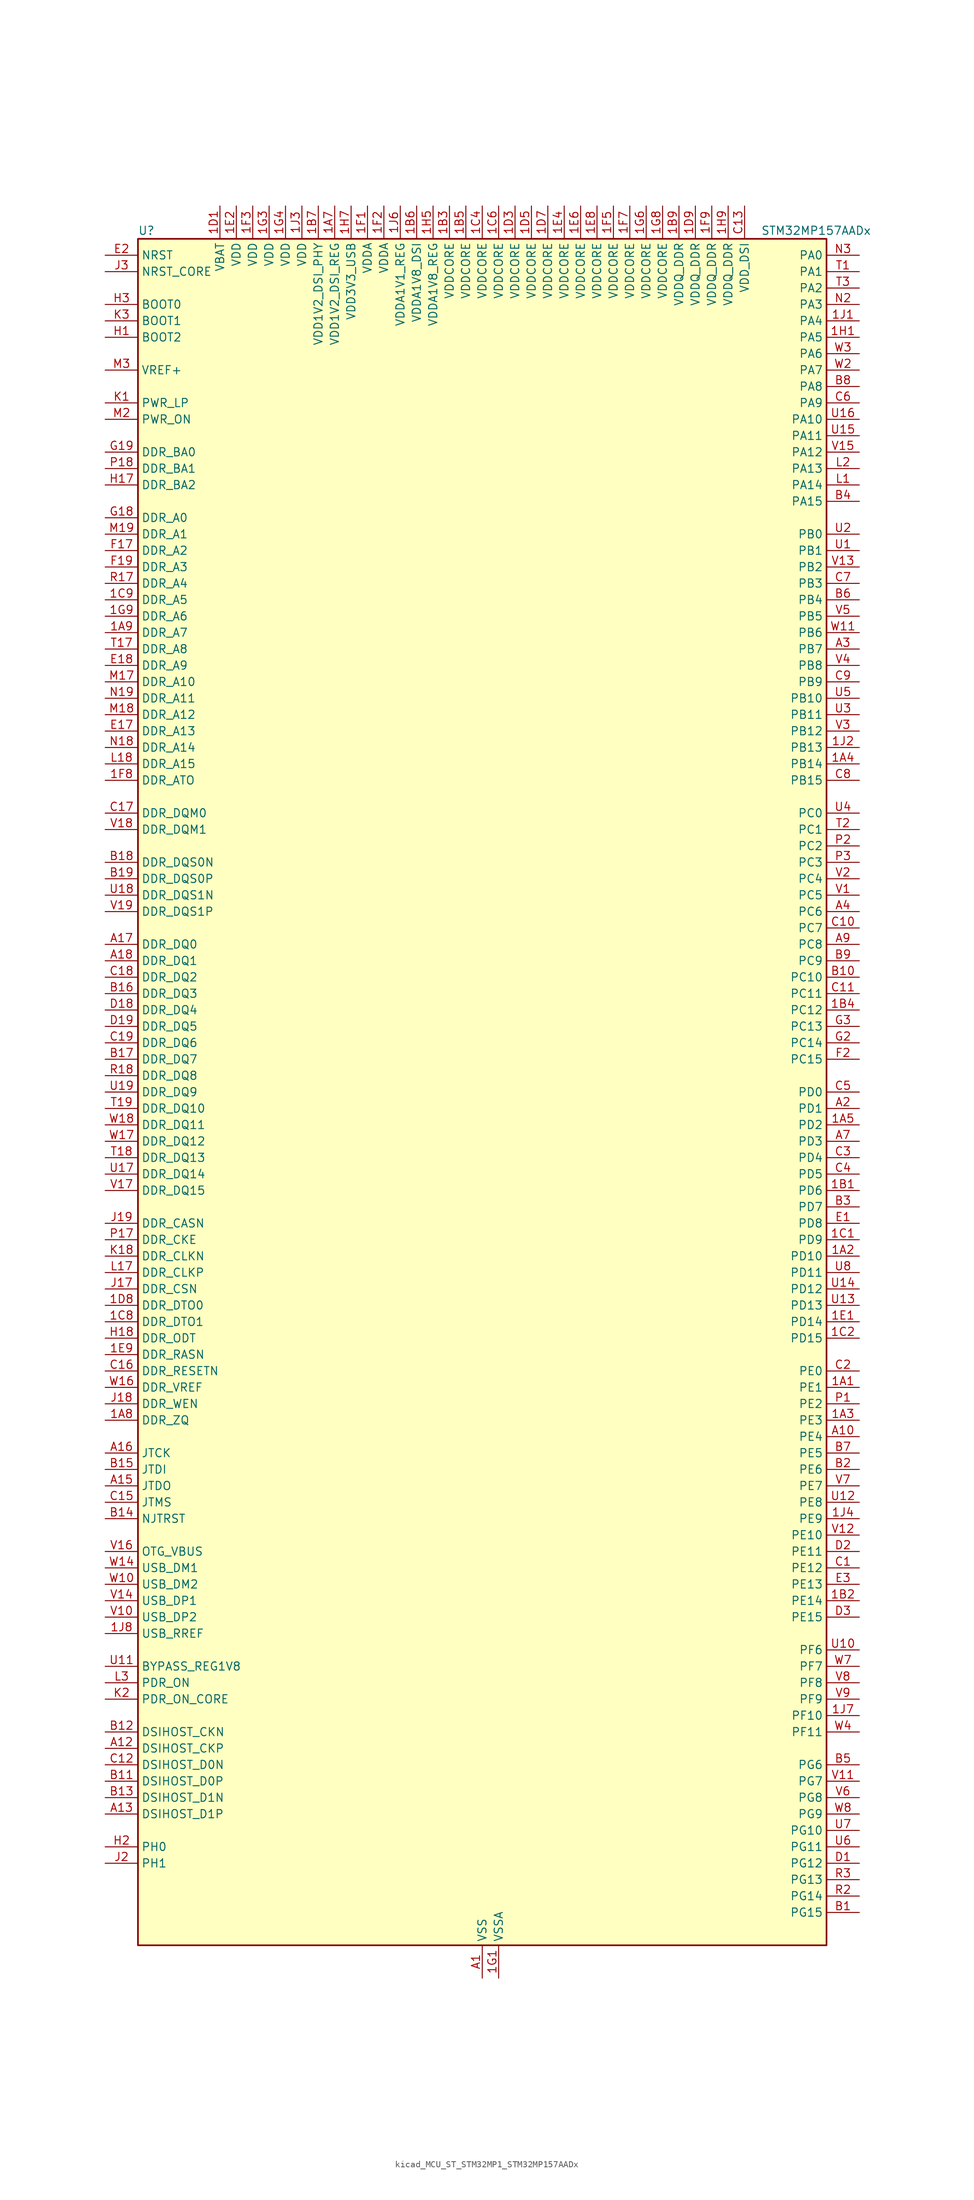
<source format=kicad_sym>
(kicad_symbol_lib
  (version 20220914)
  (generator kicad_symbol_editor)
  (symbol "kicad_MCU_ST_STM32MP1_STM32MP157AADx"
    (property "Reference" "U"
      (at -53.34 133.35 0)
      (effects (font (size 1.27 1.27)) (justify left)))
    (property "Value" "STM32MP157AADx"
      (at 43.18 133.35 0)
      (effects (font (size 1.27 1.27)) (justify left)))
    (property "ki_locked" ""
      (at 0 0 0)
      (effects (font (size 1.27 1.27))))
    (symbol "kicad_MCU_ST_STM32MP1_STM32MP157AADx_0_1"
      (rectangle (start -53.34 -132.08) (end 53.34 132.08) (stroke (width 0.254) (type default)) (fill (type background))))
    (symbol "kicad_MCU_ST_STM32MP1_STM32MP157AADx_1_1"
      (pin bidirectional line (at 58.42 -45.72 180) (length 5.08) (name "PE1" (effects (font (size 1.27 1.27)))) (number "1A1" (effects (font (size 1.27 1.27)))) (alternate "DCMI_D3" bidirectional line) (alternate "FMC_NBL1" bidirectional line) (alternate "I2S2_MCK" bidirectional line) (alternate "LPTIM1_IN2" bidirectional line) (alternate "SAI3_SD_B" bidirectional line) (alternate "UART8_TX" bidirectional line))
      (pin bidirectional line (at 58.42 -25.4 180) (length 5.08) (name "PD10" (effects (font (size 1.27 1.27)))) (number "1A2" (effects (font (size 1.27 1.27)))) (alternate "DFSDM1_CKOUT" bidirectional line) (alternate "FMC_D15" bidirectional line) (alternate "FMC_DA15" bidirectional line) (alternate "I2C5_SMBA" bidirectional line) (alternate "I2S3_SDI" bidirectional line) (alternate "LTDC_B3" bidirectional line) (alternate "RTC_REFIN" bidirectional line) (alternate "SAI3_FS_B" bidirectional line) (alternate "SPI3_MISO" bidirectional line) (alternate "TIM16_BKIN" bidirectional line) (alternate "USART3_CK" bidirectional line))
      (pin bidirectional line (at 58.42 -50.8 180) (length 5.08) (name "PE3" (effects (font (size 1.27 1.27)))) (number "1A3" (effects (font (size 1.27 1.27)))) (alternate "DEBUG_TRACED0" bidirectional line) (alternate "FMC_A19" bidirectional line) (alternate "SAI1_SD_B" bidirectional line) (alternate "SDMMC2_CK" bidirectional line) (alternate "TIM15_BKIN" bidirectional line))
      (pin bidirectional line (at 58.42 50.8 180) (length 5.08) (name "PB14" (effects (font (size 1.27 1.27)))) (number "1A4" (effects (font (size 1.27 1.27)))) (alternate "DFSDM1_DATIN2" bidirectional line) (alternate "I2S2_SDI" bidirectional line) (alternate "SDMMC2_D0" bidirectional line) (alternate "SPI2_MISO" bidirectional line) (alternate "TIM12_CH1" bidirectional line) (alternate "TIM1_CH2N" bidirectional line) (alternate "TIM8_CH2N" bidirectional line) (alternate "USART1_TX" bidirectional line) (alternate "USART3_DE" bidirectional line) (alternate "USART3_RTS" bidirectional line))
      (pin bidirectional line (at 58.42 -5.08 180) (length 5.08) (name "PD2" (effects (font (size 1.27 1.27)))) (number "1A5" (effects (font (size 1.27 1.27)))) (alternate "DCMI_D11" bidirectional line) (alternate "I2C5_SMBA" bidirectional line) (alternate "SDMMC1_CMD" bidirectional line) (alternate "TIM3_ETR" bidirectional line) (alternate "UART4_RX" bidirectional line) (alternate "UART5_RX" bidirectional line))
      (pin passive line (at 0 -137.16 90) (length 5.08) hide (name "VSS" (effects (font (size 1.27 1.27)))) (number "1A6" (effects (font (size 1.27 1.27)))))
      (pin power_in line (at -22.86 137.16 270) (length 5.08) (name "VDD1V2_DSI_REG" (effects (font (size 1.27 1.27)))) (number "1A7" (effects (font (size 1.27 1.27)))))
      (pin bidirectional line (at -58.42 -50.8 0) (length 5.08) (name "DDR_ZQ" (effects (font (size 1.27 1.27)))) (number "1A8" (effects (font (size 1.27 1.27)))) (alternate "DDR_ZQ" bidirectional line))
      (pin bidirectional line (at -58.42 71.12 0) (length 5.08) (name "DDR_A7" (effects (font (size 1.27 1.27)))) (number "1A9" (effects (font (size 1.27 1.27)))) (alternate "DDR_A7" bidirectional line))
      (pin bidirectional line (at 58.42 -15.24 180) (length 5.08) (name "PD6" (effects (font (size 1.27 1.27)))) (number "1B1" (effects (font (size 1.27 1.27)))) (alternate "DCMI_D10" bidirectional line) (alternate "DFSDM1_CKIN4" bidirectional line) (alternate "DFSDM1_DATIN1" bidirectional line) (alternate "FMC_NWAIT" bidirectional line) (alternate "I2S3_SDO" bidirectional line) (alternate "LTDC_B2" bidirectional line) (alternate "SAI1_D1" bidirectional line) (alternate "SAI1_SD_A" bidirectional line) (alternate "SPI3_MOSI" bidirectional line) (alternate "TIM16_CH1N" bidirectional line) (alternate "USART2_RX" bidirectional line))
      (pin bidirectional line (at 58.42 -78.74 180) (length 5.08) (name "PE14" (effects (font (size 1.27 1.27)))) (number "1B2" (effects (font (size 1.27 1.27)))) (alternate "FMC_D11" bidirectional line) (alternate "FMC_DA11" bidirectional line) (alternate "LTDC_CLK" bidirectional line) (alternate "LTDC_G0" bidirectional line) (alternate "SAI2_MCLK_B" bidirectional line) (alternate "SDMMC1_D123DIR" bidirectional line) (alternate "SPI4_MOSI" bidirectional line) (alternate "TIM1_CH4" bidirectional line) (alternate "UART8_DE" bidirectional line) (alternate "UART8_RTS" bidirectional line))
      (pin power_in line (at -5.08 137.16 270) (length 5.08) (name "VDDCORE" (effects (font (size 1.27 1.27)))) (number "1B3" (effects (font (size 1.27 1.27)))))
      (pin bidirectional line (at 58.42 12.7 180) (length 5.08) (name "PC12" (effects (font (size 1.27 1.27)))) (number "1B4" (effects (font (size 1.27 1.27)))) (alternate "DCMI_D9" bidirectional line) (alternate "DEBUG_TRACECLK" bidirectional line) (alternate "I2S3_SDO" bidirectional line) (alternate "RCC_MCO_2" bidirectional line) (alternate "SAI4_D3" bidirectional line) (alternate "SAI4_SD_B" bidirectional line) (alternate "SDMMC1_CK" bidirectional line) (alternate "SPI3_MOSI" bidirectional line) (alternate "UART5_TX" bidirectional line) (alternate "USART3_CK" bidirectional line))
      (pin power_in line (at -2.54 137.16 270) (length 5.08) (name "VDDCORE" (effects (font (size 1.27 1.27)))) (number "1B5" (effects (font (size 1.27 1.27)))))
      (pin power_in line (at -10.16 137.16 270) (length 5.08) (name "VDDA1V8_DSI" (effects (font (size 1.27 1.27)))) (number "1B6" (effects (font (size 1.27 1.27)))))
      (pin power_in line (at -25.4 137.16 270) (length 5.08) (name "VDD1V2_DSI_PHY" (effects (font (size 1.27 1.27)))) (number "1B7" (effects (font (size 1.27 1.27)))))
      (pin passive line (at 0 -137.16 90) (length 5.08) hide (name "VSS" (effects (font (size 1.27 1.27)))) (number "1B8" (effects (font (size 1.27 1.27)))))
      (pin power_in line (at 30.48 137.16 270) (length 5.08) (name "VDDQ_DDR" (effects (font (size 1.27 1.27)))) (number "1B9" (effects (font (size 1.27 1.27)))))
      (pin bidirectional line (at 58.42 -22.86 180) (length 5.08) (name "PD9" (effects (font (size 1.27 1.27)))) (number "1C1" (effects (font (size 1.27 1.27)))) (alternate "DAC1_EXTI9" bidirectional line) (alternate "DCMI_HSYNC" bidirectional line) (alternate "DFSDM1_DATIN3" bidirectional line) (alternate "FMC_D14" bidirectional line) (alternate "FMC_DA14" bidirectional line) (alternate "LTDC_B0" bidirectional line) (alternate "SAI3_SD_B" bidirectional line) (alternate "USART3_RX" bidirectional line))
      (pin bidirectional line (at 58.42 -38.1 180) (length 5.08) (name "PD15" (effects (font (size 1.27 1.27)))) (number "1C2" (effects (font (size 1.27 1.27)))) (alternate "ADC1_EXTI15" bidirectional line) (alternate "ADC2_EXTI15" bidirectional line) (alternate "FMC_D1" bidirectional line) (alternate "FMC_DA1" bidirectional line) (alternate "LTDC_R1" bidirectional line) (alternate "SAI3_MCLK_A" bidirectional line) (alternate "TIM4_CH4" bidirectional line) (alternate "UART8_CTS" bidirectional line))
      (pin passive line (at 0 -137.16 90) (length 5.08) hide (name "VSS" (effects (font (size 1.27 1.27)))) (number "1C3" (effects (font (size 1.27 1.27)))))
      (pin power_in line (at 0 137.16 270) (length 5.08) (name "VDDCORE" (effects (font (size 1.27 1.27)))) (number "1C4" (effects (font (size 1.27 1.27)))))
      (pin passive line (at 0 -137.16 90) (length 5.08) hide (name "VSS" (effects (font (size 1.27 1.27)))) (number "1C5" (effects (font (size 1.27 1.27)))))
      (pin power_in line (at 2.54 137.16 270) (length 5.08) (name "VDDCORE" (effects (font (size 1.27 1.27)))) (number "1C6" (effects (font (size 1.27 1.27)))))
      (pin passive line (at 0 -137.16 90) (length 5.08) hide (name "VSS" (effects (font (size 1.27 1.27)))) (number "1C7" (effects (font (size 1.27 1.27)))))
      (pin bidirectional line (at -58.42 -35.56 0) (length 5.08) (name "DDR_DTO1" (effects (font (size 1.27 1.27)))) (number "1C8" (effects (font (size 1.27 1.27)))) (alternate "DDR_DTO1" bidirectional line))
      (pin bidirectional line (at -58.42 76.2 0) (length 5.08) (name "DDR_A5" (effects (font (size 1.27 1.27)))) (number "1C9" (effects (font (size 1.27 1.27)))) (alternate "DDR_A5" bidirectional line))
      (pin power_in line (at -40.64 137.16 270) (length 5.08) (name "VBAT" (effects (font (size 1.27 1.27)))) (number "1D1" (effects (font (size 1.27 1.27)))))
      (pin passive line (at 0 -137.16 90) (length 5.08) hide (name "VSS" (effects (font (size 1.27 1.27)))) (number "1D2" (effects (font (size 1.27 1.27)))))
      (pin power_in line (at 5.08 137.16 270) (length 5.08) (name "VDDCORE" (effects (font (size 1.27 1.27)))) (number "1D3" (effects (font (size 1.27 1.27)))))
      (pin passive line (at 0 -137.16 90) (length 5.08) hide (name "VSS" (effects (font (size 1.27 1.27)))) (number "1D4" (effects (font (size 1.27 1.27)))))
      (pin power_in line (at 7.62 137.16 270) (length 5.08) (name "VDDCORE" (effects (font (size 1.27 1.27)))) (number "1D5" (effects (font (size 1.27 1.27)))))
      (pin passive line (at 0 -137.16 90) (length 5.08) hide (name "VSS" (effects (font (size 1.27 1.27)))) (number "1D6" (effects (font (size 1.27 1.27)))))
      (pin power_in line (at 10.16 137.16 270) (length 5.08) (name "VDDCORE" (effects (font (size 1.27 1.27)))) (number "1D7" (effects (font (size 1.27 1.27)))))
      (pin bidirectional line (at -58.42 -33.02 0) (length 5.08) (name "DDR_DTO0" (effects (font (size 1.27 1.27)))) (number "1D8" (effects (font (size 1.27 1.27)))) (alternate "DDR_DTO0" bidirectional line))
      (pin power_in line (at 33.02 137.16 270) (length 5.08) (name "VDDQ_DDR" (effects (font (size 1.27 1.27)))) (number "1D9" (effects (font (size 1.27 1.27)))))
      (pin bidirectional line (at 58.42 -35.56 180) (length 5.08) (name "PD14" (effects (font (size 1.27 1.27)))) (number "1E1" (effects (font (size 1.27 1.27)))) (alternate "FMC_D0" bidirectional line) (alternate "FMC_DA0" bidirectional line) (alternate "SAI3_MCLK_B" bidirectional line) (alternate "TIM4_CH3" bidirectional line) (alternate "UART8_CTS" bidirectional line))
      (pin power_in line (at -38.1 137.16 270) (length 5.08) (name "VDD" (effects (font (size 1.27 1.27)))) (number "1E2" (effects (font (size 1.27 1.27)))))
      (pin passive line (at 0 -137.16 90) (length 5.08) hide (name "VSS" (effects (font (size 1.27 1.27)))) (number "1E3" (effects (font (size 1.27 1.27)))))
      (pin power_in line (at 12.7 137.16 270) (length 5.08) (name "VDDCORE" (effects (font (size 1.27 1.27)))) (number "1E4" (effects (font (size 1.27 1.27)))))
      (pin passive line (at 0 -137.16 90) (length 5.08) hide (name "VSS" (effects (font (size 1.27 1.27)))) (number "1E5" (effects (font (size 1.27 1.27)))))
      (pin power_in line (at 15.24 137.16 270) (length 5.08) (name "VDDCORE" (effects (font (size 1.27 1.27)))) (number "1E6" (effects (font (size 1.27 1.27)))))
      (pin passive line (at 0 -137.16 90) (length 5.08) hide (name "VSS" (effects (font (size 1.27 1.27)))) (number "1E7" (effects (font (size 1.27 1.27)))))
      (pin power_in line (at 17.78 137.16 270) (length 5.08) (name "VDDCORE" (effects (font (size 1.27 1.27)))) (number "1E8" (effects (font (size 1.27 1.27)))))
      (pin bidirectional line (at -58.42 -40.64 0) (length 5.08) (name "DDR_RASN" (effects (font (size 1.27 1.27)))) (number "1E9" (effects (font (size 1.27 1.27)))) (alternate "DDR_RASN" bidirectional line))
      (pin power_in line (at -17.78 137.16 270) (length 5.08) (name "VDDA" (effects (font (size 1.27 1.27)))) (number "1F1" (effects (font (size 1.27 1.27)))))
      (pin power_in line (at -15.24 137.16 270) (length 5.08) (name "VDDA" (effects (font (size 1.27 1.27)))) (number "1F2" (effects (font (size 1.27 1.27)))))
      (pin power_in line (at -35.56 137.16 270) (length 5.08) (name "VDD" (effects (font (size 1.27 1.27)))) (number "1F3" (effects (font (size 1.27 1.27)))))
      (pin passive line (at 0 -137.16 90) (length 5.08) hide (name "VSS" (effects (font (size 1.27 1.27)))) (number "1F4" (effects (font (size 1.27 1.27)))))
      (pin power_in line (at 20.32 137.16 270) (length 5.08) (name "VDDCORE" (effects (font (size 1.27 1.27)))) (number "1F5" (effects (font (size 1.27 1.27)))))
      (pin passive line (at 0 -137.16 90) (length 5.08) hide (name "VSS" (effects (font (size 1.27 1.27)))) (number "1F6" (effects (font (size 1.27 1.27)))))
      (pin power_in line (at 22.86 137.16 270) (length 5.08) (name "VDDCORE" (effects (font (size 1.27 1.27)))) (number "1F7" (effects (font (size 1.27 1.27)))))
      (pin bidirectional line (at -58.42 48.26 0) (length 5.08) (name "DDR_ATO" (effects (font (size 1.27 1.27)))) (number "1F8" (effects (font (size 1.27 1.27)))) (alternate "DDR_ATO" bidirectional line))
      (pin power_in line (at 35.56 137.16 270) (length 5.08) (name "VDDQ_DDR" (effects (font (size 1.27 1.27)))) (number "1F9" (effects (font (size 1.27 1.27)))))
      (pin power_in line (at 2.54 -137.16 90) (length 5.08) (name "VSSA" (effects (font (size 1.27 1.27)))) (number "1G1" (effects (font (size 1.27 1.27)))))
      (pin passive line (at 0 -137.16 90) (length 5.08) hide (name "VSS" (effects (font (size 1.27 1.27)))) (number "1G2" (effects (font (size 1.27 1.27)))))
      (pin power_in line (at -33.02 137.16 270) (length 5.08) (name "VDD" (effects (font (size 1.27 1.27)))) (number "1G3" (effects (font (size 1.27 1.27)))))
      (pin power_in line (at -30.48 137.16 270) (length 5.08) (name "VDD" (effects (font (size 1.27 1.27)))) (number "1G4" (effects (font (size 1.27 1.27)))))
      (pin passive line (at 0 -137.16 90) (length 5.08) hide (name "VSS" (effects (font (size 1.27 1.27)))) (number "1G5" (effects (font (size 1.27 1.27)))))
      (pin power_in line (at 25.4 137.16 270) (length 5.08) (name "VDDCORE" (effects (font (size 1.27 1.27)))) (number "1G6" (effects (font (size 1.27 1.27)))))
      (pin passive line (at 0 -137.16 90) (length 5.08) hide (name "VSS" (effects (font (size 1.27 1.27)))) (number "1G7" (effects (font (size 1.27 1.27)))))
      (pin power_in line (at 27.94 137.16 270) (length 5.08) (name "VDDCORE" (effects (font (size 1.27 1.27)))) (number "1G8" (effects (font (size 1.27 1.27)))))
      (pin bidirectional line (at -58.42 73.66 0) (length 5.08) (name "DDR_A6" (effects (font (size 1.27 1.27)))) (number "1G9" (effects (font (size 1.27 1.27)))) (alternate "DDR_A6" bidirectional line))
      (pin bidirectional line (at 58.42 116.84 180) (length 5.08) (name "PA5" (effects (font (size 1.27 1.27)))) (number "1H1" (effects (font (size 1.27 1.27)))) (alternate "ADC1_INN18" bidirectional line) (alternate "ADC1_INP19" bidirectional line) (alternate "ADC2_INN18" bidirectional line) (alternate "ADC2_INP19" bidirectional line) (alternate "DAC1_OUT2" bidirectional line) (alternate "I2S1_CK" bidirectional line) (alternate "LTDC_R4" bidirectional line) (alternate "SAI4_CK1" bidirectional line) (alternate "SAI4_MCLK_A" bidirectional line) (alternate "SPI1_SCK" bidirectional line) (alternate "SPI6_SCK" bidirectional line) (alternate "TIM2_CH1" bidirectional line) (alternate "TIM2_ETR" bidirectional line) (alternate "TIM8_CH1N" bidirectional line))
      (pin passive line (at 0 -137.16 90) (length 5.08) hide (name "VSS" (effects (font (size 1.27 1.27)))) (number "1H2" (effects (font (size 1.27 1.27)))))
      (pin passive line (at 0 -137.16 90) (length 5.08) hide (name "VSS" (effects (font (size 1.27 1.27)))) (number "1H3" (effects (font (size 1.27 1.27)))))
      (pin passive line (at 0 -137.16 90) (length 5.08) hide (name "VSS" (effects (font (size 1.27 1.27)))) (number "1H4" (effects (font (size 1.27 1.27)))))
      (pin power_in line (at -7.62 137.16 270) (length 5.08) (name "VDDA1V8_REG" (effects (font (size 1.27 1.27)))) (number "1H5" (effects (font (size 1.27 1.27)))))
      (pin passive line (at 0 -137.16 90) (length 5.08) hide (name "VSS" (effects (font (size 1.27 1.27)))) (number "1H6" (effects (font (size 1.27 1.27)))))
      (pin power_in line (at -20.32 137.16 270) (length 5.08) (name "VDD3V3_USB" (effects (font (size 1.27 1.27)))) (number "1H7" (effects (font (size 1.27 1.27)))))
      (pin passive line (at 0 -137.16 90) (length 5.08) hide (name "VSS" (effects (font (size 1.27 1.27)))) (number "1H8" (effects (font (size 1.27 1.27)))))
      (pin power_in line (at 38.1 137.16 270) (length 5.08) (name "VDDQ_DDR" (effects (font (size 1.27 1.27)))) (number "1H9" (effects (font (size 1.27 1.27)))))
      (pin bidirectional line (at 58.42 119.38 180) (length 5.08) (name "PA4" (effects (font (size 1.27 1.27)))) (number "1J1" (effects (font (size 1.27 1.27)))) (alternate "ADC1_INP18" bidirectional line) (alternate "ADC2_INP18" bidirectional line) (alternate "DAC1_OUT1" bidirectional line) (alternate "DCMI_HSYNC" bidirectional line) (alternate "HDP_HDP0" bidirectional line) (alternate "I2S1_WS" bidirectional line) (alternate "I2S3_WS" bidirectional line) (alternate "LTDC_VSYNC" bidirectional line) (alternate "SAI4_D2" bidirectional line) (alternate "SAI4_FS_A" bidirectional line) (alternate "SPI1_NSS" bidirectional line) (alternate "SPI3_NSS" bidirectional line) (alternate "SPI6_NSS" bidirectional line) (alternate "TIM5_ETR" bidirectional line) (alternate "USART2_CK" bidirectional line))
      (pin bidirectional line (at 58.42 53.34 180) (length 5.08) (name "PB13" (effects (font (size 1.27 1.27)))) (number "1J2" (effects (font (size 1.27 1.27)))) (alternate "DFSDM1_CKIN1" bidirectional line) (alternate "DFSDM1_CKOUT" bidirectional line) (alternate "ETH1_TXD1" bidirectional line) (alternate "FDCAN2_TX" bidirectional line) (alternate "I2S2_CK" bidirectional line) (alternate "LPTIM2_OUT" bidirectional line) (alternate "SPI2_SCK" bidirectional line) (alternate "TIM1_CH1N" bidirectional line) (alternate "UART5_TX" bidirectional line) (alternate "USART3_CTS" bidirectional line) (alternate "USART3_NSS" bidirectional line))
      (pin power_in line (at -27.94 137.16 270) (length 5.08) (name "VDD" (effects (font (size 1.27 1.27)))) (number "1J3" (effects (font (size 1.27 1.27)))))
      (pin bidirectional line (at 58.42 -66.04 180) (length 5.08) (name "PE9" (effects (font (size 1.27 1.27)))) (number "1J4" (effects (font (size 1.27 1.27)))) (alternate "DAC1_EXTI9" bidirectional line) (alternate "DFSDM1_CKOUT" bidirectional line) (alternate "FMC_D6" bidirectional line) (alternate "FMC_DA6" bidirectional line) (alternate "QUADSPI_BK2_IO2" bidirectional line) (alternate "TIM1_CH1" bidirectional line) (alternate "UART7_DE" bidirectional line) (alternate "UART7_RTS" bidirectional line))
      (pin passive line (at 0 -137.16 90) (length 5.08) hide (name "VSS" (effects (font (size 1.27 1.27)))) (number "1J5" (effects (font (size 1.27 1.27)))))
      (pin power_in line (at -12.7 137.16 270) (length 5.08) (name "VDDA1V1_REG" (effects (font (size 1.27 1.27)))) (number "1J6" (effects (font (size 1.27 1.27)))))
      (pin bidirectional line (at 58.42 -96.52 180) (length 5.08) (name "PF10" (effects (font (size 1.27 1.27)))) (number "1J7" (effects (font (size 1.27 1.27)))) (alternate "DCMI_D11" bidirectional line) (alternate "LTDC_DE" bidirectional line) (alternate "QUADSPI_CLK" bidirectional line) (alternate "SAI1_D3" bidirectional line) (alternate "SAI1_D4" bidirectional line) (alternate "SAI4_D3" bidirectional line) (alternate "SAI4_D4" bidirectional line) (alternate "TIM16_BKIN" bidirectional line))
      (pin bidirectional line (at -58.42 -83.82 0) (length 5.08) (name "USB_RREF" (effects (font (size 1.27 1.27)))) (number "1J8" (effects (font (size 1.27 1.27)))))
      (pin passive line (at 0 -137.16 90) (length 5.08) hide (name "VSS" (effects (font (size 1.27 1.27)))) (number "1J9" (effects (font (size 1.27 1.27)))))
      (pin power_in line (at 0 -137.16 90) (length 5.08) (name "VSS" (effects (font (size 1.27 1.27)))) (number "A1" (effects (font (size 1.27 1.27)))))
      (pin bidirectional line (at 58.42 -53.34 180) (length 5.08) (name "PE4" (effects (font (size 1.27 1.27)))) (number "A10" (effects (font (size 1.27 1.27)))) (alternate "DCMI_D4" bidirectional line) (alternate "DEBUG_TRACED1" bidirectional line) (alternate "DFSDM1_DATIN3" bidirectional line) (alternate "FMC_A20" bidirectional line) (alternate "LTDC_B0" bidirectional line) (alternate "SAI1_D2" bidirectional line) (alternate "SAI1_FS_A" bidirectional line) (alternate "SDMMC1_CKIN" bidirectional line) (alternate "SDMMC1_D4" bidirectional line) (alternate "SDMMC2_CKIN" bidirectional line) (alternate "SDMMC2_D4" bidirectional line) (alternate "SPI4_NSS" bidirectional line) (alternate "TIM15_CH1N" bidirectional line))
      (pin bidirectional line (at -58.42 -101.6 0) (length 5.08) (name "DSIHOST_CKP" (effects (font (size 1.27 1.27)))) (number "A12" (effects (font (size 1.27 1.27)))) (alternate "DSIHOST_CKP" bidirectional line))
      (pin bidirectional line (at -58.42 -111.76 0) (length 5.08) (name "DSIHOST_D1P" (effects (font (size 1.27 1.27)))) (number "A13" (effects (font (size 1.27 1.27)))) (alternate "DSIHOST_D1P" bidirectional line))
      (pin bidirectional line (at -58.42 -60.96 0) (length 5.08) (name "JTDO" (effects (font (size 1.27 1.27)))) (number "A15" (effects (font (size 1.27 1.27)))) (alternate "DEBUG_JTDO-SWO" bidirectional line))
      (pin bidirectional line (at -58.42 -55.88 0) (length 5.08) (name "JTCK" (effects (font (size 1.27 1.27)))) (number "A16" (effects (font (size 1.27 1.27)))) (alternate "DEBUG_JTCK-SWCLK" bidirectional line))
      (pin bidirectional line (at -58.42 22.86 0) (length 5.08) (name "DDR_DQ0" (effects (font (size 1.27 1.27)))) (number "A17" (effects (font (size 1.27 1.27)))) (alternate "DDR_DQ0" bidirectional line))
      (pin bidirectional line (at -58.42 20.32 0) (length 5.08) (name "DDR_DQ1" (effects (font (size 1.27 1.27)))) (number "A18" (effects (font (size 1.27 1.27)))) (alternate "DDR_DQ1" bidirectional line))
      (pin passive line (at 0 -137.16 90) (length 5.08) hide (name "VSS" (effects (font (size 1.27 1.27)))) (number "A19" (effects (font (size 1.27 1.27)))))
      (pin bidirectional line (at 58.42 -2.54 180) (length 5.08) (name "PD1" (effects (font (size 1.27 1.27)))) (number "A2" (effects (font (size 1.27 1.27)))) (alternate "DFSDM1_CKIN7" bidirectional line) (alternate "DFSDM1_DATIN6" bidirectional line) (alternate "FDCAN1_TX" bidirectional line) (alternate "FMC_D3" bidirectional line) (alternate "FMC_DA3" bidirectional line) (alternate "I2C5_SCL" bidirectional line) (alternate "I2C6_SCL" bidirectional line) (alternate "SAI3_SD_A" bidirectional line) (alternate "SDMMC3_D0" bidirectional line) (alternate "UART4_TX" bidirectional line))
      (pin bidirectional line (at 58.42 68.58 180) (length 5.08) (name "PB7" (effects (font (size 1.27 1.27)))) (number "A3" (effects (font (size 1.27 1.27)))) (alternate "DCMI_VSYNC" bidirectional line) (alternate "DFSDM1_CKIN5" bidirectional line) (alternate "FMC_NL" bidirectional line) (alternate "I2C1_SDA" bidirectional line) (alternate "I2C4_SDA" bidirectional line) (alternate "SDMMC2_D1" bidirectional line) (alternate "TIM17_CH1N" bidirectional line) (alternate "TIM4_CH2" bidirectional line) (alternate "USART1_RX" bidirectional line))
      (pin bidirectional line (at 58.42 27.94 180) (length 5.08) (name "PC6" (effects (font (size 1.27 1.27)))) (number "A4" (effects (font (size 1.27 1.27)))) (alternate "DCMI_D0" bidirectional line) (alternate "DFSDM1_CKIN3" bidirectional line) (alternate "DSIHOST_TE" bidirectional line) (alternate "HDP_HDP1" bidirectional line) (alternate "I2S2_MCK" bidirectional line) (alternate "LTDC_HSYNC" bidirectional line) (alternate "SDMMC1_D0DIR" bidirectional line) (alternate "SDMMC1_D6" bidirectional line) (alternate "SDMMC2_D0DIR" bidirectional line) (alternate "SDMMC2_D6" bidirectional line) (alternate "TIM3_CH1" bidirectional line) (alternate "TIM8_CH1" bidirectional line) (alternate "USART6_TX" bidirectional line))
      (pin passive line (at 0 -137.16 90) (length 5.08) hide (name "VSS" (effects (font (size 1.27 1.27)))) (number "A6" (effects (font (size 1.27 1.27)))))
      (pin bidirectional line (at 58.42 -7.62 180) (length 5.08) (name "PD3" (effects (font (size 1.27 1.27)))) (number "A7" (effects (font (size 1.27 1.27)))) (alternate "DCMI_D5" bidirectional line) (alternate "DFSDM1_CKOUT" bidirectional line) (alternate "DFSDM1_DATIN0" bidirectional line) (alternate "FMC_CLK" bidirectional line) (alternate "HDP_HDP5" bidirectional line) (alternate "I2S2_CK" bidirectional line) (alternate "LTDC_G7" bidirectional line) (alternate "SDMMC1_D123DIR" bidirectional line) (alternate "SDMMC1_D7" bidirectional line) (alternate "SDMMC2_D123DIR" bidirectional line) (alternate "SDMMC2_D7" bidirectional line) (alternate "SPI2_SCK" bidirectional line) (alternate "USART2_CTS" bidirectional line) (alternate "USART2_NSS" bidirectional line))
      (pin bidirectional line (at 58.42 22.86 180) (length 5.08) (name "PC8" (effects (font (size 1.27 1.27)))) (number "A9" (effects (font (size 1.27 1.27)))) (alternate "DCMI_D2" bidirectional line) (alternate "DEBUG_TRACED0" bidirectional line) (alternate "SDMMC1_D0" bidirectional line) (alternate "TIM3_CH3" bidirectional line) (alternate "TIM8_CH3" bidirectional line) (alternate "UART4_TX" bidirectional line) (alternate "UART5_DE" bidirectional line) (alternate "UART5_RTS" bidirectional line) (alternate "USART6_CK" bidirectional line))
      (pin bidirectional line (at 58.42 -127 180) (length 5.08) (name "PG15" (effects (font (size 1.27 1.27)))) (number "B1" (effects (font (size 1.27 1.27)))) (alternate "ADC1_EXTI15" bidirectional line) (alternate "ADC2_EXTI15" bidirectional line) (alternate "DCMI_D13" bidirectional line) (alternate "DEBUG_TRACED7" bidirectional line) (alternate "I2C2_SDA" bidirectional line) (alternate "SAI1_D2" bidirectional line) (alternate "SAI1_FS_A" bidirectional line) (alternate "SDMMC3_CK" bidirectional line) (alternate "USART6_CTS" bidirectional line) (alternate "USART6_NSS" bidirectional line))
      (pin bidirectional line (at 58.42 17.78 180) (length 5.08) (name "PC10" (effects (font (size 1.27 1.27)))) (number "B10" (effects (font (size 1.27 1.27)))) (alternate "DCMI_D8" bidirectional line) (alternate "DEBUG_TRACED2" bidirectional line) (alternate "DFSDM1_CKIN5" bidirectional line) (alternate "I2S3_CK" bidirectional line) (alternate "LTDC_R2" bidirectional line) (alternate "QUADSPI_BK1_IO1" bidirectional line) (alternate "SAI4_MCLK_B" bidirectional line) (alternate "SDMMC1_D2" bidirectional line) (alternate "SPI3_SCK" bidirectional line) (alternate "UART4_TX" bidirectional line) (alternate "USART3_TX" bidirectional line))
      (pin bidirectional line (at -58.42 -106.68 0) (length 5.08) (name "DSIHOST_D0P" (effects (font (size 1.27 1.27)))) (number "B11" (effects (font (size 1.27 1.27)))) (alternate "DSIHOST_D0P" bidirectional line))
      (pin bidirectional line (at -58.42 -99.06 0) (length 5.08) (name "DSIHOST_CKN" (effects (font (size 1.27 1.27)))) (number "B12" (effects (font (size 1.27 1.27)))) (alternate "DSIHOST_CKN" bidirectional line))
      (pin bidirectional line (at -58.42 -109.22 0) (length 5.08) (name "DSIHOST_D1N" (effects (font (size 1.27 1.27)))) (number "B13" (effects (font (size 1.27 1.27)))) (alternate "DSIHOST_D1N" bidirectional line))
      (pin bidirectional line (at -58.42 -66.04 0) (length 5.08) (name "NJTRST" (effects (font (size 1.27 1.27)))) (number "B14" (effects (font (size 1.27 1.27)))) (alternate "DEBUG_JTRST" bidirectional line))
      (pin bidirectional line (at -58.42 -58.42 0) (length 5.08) (name "JTDI" (effects (font (size 1.27 1.27)))) (number "B15" (effects (font (size 1.27 1.27)))) (alternate "DEBUG_JTDI" bidirectional line))
      (pin bidirectional line (at -58.42 15.24 0) (length 5.08) (name "DDR_DQ3" (effects (font (size 1.27 1.27)))) (number "B16" (effects (font (size 1.27 1.27)))) (alternate "DDR_DQ3" bidirectional line))
      (pin bidirectional line (at -58.42 5.08 0) (length 5.08) (name "DDR_DQ7" (effects (font (size 1.27 1.27)))) (number "B17" (effects (font (size 1.27 1.27)))) (alternate "DDR_DQ7" bidirectional line))
      (pin bidirectional line (at -58.42 35.56 0) (length 5.08) (name "DDR_DQS0N" (effects (font (size 1.27 1.27)))) (number "B18" (effects (font (size 1.27 1.27)))) (alternate "DDR_DQS0N" bidirectional line))
      (pin bidirectional line (at -58.42 33.02 0) (length 5.08) (name "DDR_DQS0P" (effects (font (size 1.27 1.27)))) (number "B19" (effects (font (size 1.27 1.27)))) (alternate "DDR_DQS0P" bidirectional line))
      (pin bidirectional line (at 58.42 -58.42 180) (length 5.08) (name "PE6" (effects (font (size 1.27 1.27)))) (number "B2" (effects (font (size 1.27 1.27)))) (alternate "DCMI_D7" bidirectional line) (alternate "DEBUG_TRACED2" bidirectional line) (alternate "FMC_A22" bidirectional line) (alternate "LTDC_G1" bidirectional line) (alternate "SAI1_D1" bidirectional line) (alternate "SAI1_SD_A" bidirectional line) (alternate "SAI2_MCLK_B" bidirectional line) (alternate "SDMMC1_D2" bidirectional line) (alternate "SDMMC2_D0" bidirectional line) (alternate "SPI4_MOSI" bidirectional line) (alternate "TIM15_CH2" bidirectional line) (alternate "TIM1_BKIN2" bidirectional line))
      (pin bidirectional line (at 58.42 -17.78 180) (length 5.08) (name "PD7" (effects (font (size 1.27 1.27)))) (number "B3" (effects (font (size 1.27 1.27)))) (alternate "DEBUG_TRACED6" bidirectional line) (alternate "DFSDM1_CKIN1" bidirectional line) (alternate "DFSDM1_DATIN4" bidirectional line) (alternate "FMC_NE1" bidirectional line) (alternate "I2C2_SCL" bidirectional line) (alternate "SDMMC3_D3" bidirectional line) (alternate "SPDIFRX_IN0" bidirectional line) (alternate "USART2_CK" bidirectional line))
      (pin bidirectional line (at 58.42 91.44 180) (length 5.08) (name "PA15" (effects (font (size 1.27 1.27)))) (number "B4" (effects (font (size 1.27 1.27)))) (alternate "ADC1_EXTI15" bidirectional line) (alternate "ADC2_EXTI15" bidirectional line) (alternate "CEC" bidirectional line) (alternate "DEBUG_DBTRGI" bidirectional line) (alternate "I2S1_WS" bidirectional line) (alternate "I2S3_WS" bidirectional line) (alternate "LTDC_R1" bidirectional line) (alternate "SAI4_D2" bidirectional line) (alternate "SAI4_FS_A" bidirectional line) (alternate "SDMMC1_CDIR" bidirectional line) (alternate "SDMMC1_D5" bidirectional line) (alternate "SDMMC2_CDIR" bidirectional line) (alternate "SDMMC2_D5" bidirectional line) (alternate "SPI1_NSS" bidirectional line) (alternate "SPI3_NSS" bidirectional line) (alternate "SPI6_NSS" bidirectional line) (alternate "TIM2_CH1" bidirectional line) (alternate "TIM2_ETR" bidirectional line) (alternate "UART4_DE" bidirectional line) (alternate "UART4_RTS" bidirectional line) (alternate "UART7_TX" bidirectional line))
      (pin bidirectional line (at 58.42 -104.14 180) (length 5.08) (name "PG6" (effects (font (size 1.27 1.27)))) (number "B5" (effects (font (size 1.27 1.27)))) (alternate "DCMI_D12" bidirectional line) (alternate "DEBUG_TRACED14" bidirectional line) (alternate "LTDC_R7" bidirectional line) (alternate "SDMMC2_CMD" bidirectional line) (alternate "TIM17_BKIN" bidirectional line))
      (pin bidirectional line (at 58.42 76.2 180) (length 5.08) (name "PB4" (effects (font (size 1.27 1.27)))) (number "B6" (effects (font (size 1.27 1.27)))) (alternate "DEBUG_TRACED8" bidirectional line) (alternate "I2S1_SDI" bidirectional line) (alternate "I2S2_WS" bidirectional line) (alternate "I2S3_SDI" bidirectional line) (alternate "SAI4_CK2" bidirectional line) (alternate "SAI4_SCK_A" bidirectional line) (alternate "SDMMC2_D3" bidirectional line) (alternate "SPI1_MISO" bidirectional line) (alternate "SPI2_NSS" bidirectional line) (alternate "SPI3_MISO" bidirectional line) (alternate "SPI6_MISO" bidirectional line) (alternate "TIM16_BKIN" bidirectional line) (alternate "TIM3_CH1" bidirectional line) (alternate "UART7_TX" bidirectional line))
      (pin bidirectional line (at 58.42 -55.88 180) (length 5.08) (name "PE5" (effects (font (size 1.27 1.27)))) (number "B7" (effects (font (size 1.27 1.27)))) (alternate "DCMI_D6" bidirectional line) (alternate "DEBUG_TRACED3" bidirectional line) (alternate "DFSDM1_CKIN3" bidirectional line) (alternate "FMC_A21" bidirectional line) (alternate "LTDC_G0" bidirectional line) (alternate "SAI1_CK2" bidirectional line) (alternate "SAI1_SCK_A" bidirectional line) (alternate "SDMMC1_D0DIR" bidirectional line) (alternate "SDMMC1_D6" bidirectional line) (alternate "SDMMC2_D0DIR" bidirectional line) (alternate "SDMMC2_D6" bidirectional line) (alternate "SPI4_MISO" bidirectional line) (alternate "TIM15_CH1" bidirectional line))
      (pin bidirectional line (at 58.42 109.22 180) (length 5.08) (name "PA8" (effects (font (size 1.27 1.27)))) (number "B8" (effects (font (size 1.27 1.27)))) (alternate "I2C3_SCL" bidirectional line) (alternate "I2S3_SDO" bidirectional line) (alternate "LTDC_R6" bidirectional line) (alternate "RCC_MCO_1" bidirectional line) (alternate "SAI4_SD_B" bidirectional line) (alternate "SDMMC2_CKIN" bidirectional line) (alternate "SDMMC2_D4" bidirectional line) (alternate "SPI3_MOSI" bidirectional line) (alternate "TIM1_CH1" bidirectional line) (alternate "TIM8_BKIN2" bidirectional line) (alternate "UART7_RX" bidirectional line) (alternate "USART1_CK" bidirectional line) (alternate "USB_OTG_HS_SOF" bidirectional line))
      (pin bidirectional line (at 58.42 20.32 180) (length 5.08) (name "PC9" (effects (font (size 1.27 1.27)))) (number "B9" (effects (font (size 1.27 1.27)))) (alternate "DAC1_EXTI9" bidirectional line) (alternate "DCMI_D3" bidirectional line) (alternate "DEBUG_TRACED1" bidirectional line) (alternate "I2C3_SDA" bidirectional line) (alternate "I2S_CKIN" bidirectional line) (alternate "LTDC_B2" bidirectional line) (alternate "QUADSPI_BK1_IO0" bidirectional line) (alternate "SDMMC1_D1" bidirectional line) (alternate "TIM3_CH4" bidirectional line) (alternate "TIM8_CH4" bidirectional line) (alternate "UART5_CTS" bidirectional line))
      (pin bidirectional line (at 58.42 -73.66 180) (length 5.08) (name "PE12" (effects (font (size 1.27 1.27)))) (number "C1" (effects (font (size 1.27 1.27)))) (alternate "DFSDM1_DATIN5" bidirectional line) (alternate "FMC_D9" bidirectional line) (alternate "FMC_DA9" bidirectional line) (alternate "LTDC_B4" bidirectional line) (alternate "SAI2_SCK_B" bidirectional line) (alternate "SDMMC1_D0DIR" bidirectional line) (alternate "SPI4_SCK" bidirectional line) (alternate "TIM1_CH3N" bidirectional line))
      (pin bidirectional line (at 58.42 25.4 180) (length 5.08) (name "PC7" (effects (font (size 1.27 1.27)))) (number "C10" (effects (font (size 1.27 1.27)))) (alternate "DCMI_D1" bidirectional line) (alternate "DFSDM1_DATIN3" bidirectional line) (alternate "HDP_HDP4" bidirectional line) (alternate "I2S3_MCK" bidirectional line) (alternate "LTDC_G6" bidirectional line) (alternate "SDMMC1_D123DIR" bidirectional line) (alternate "SDMMC1_D7" bidirectional line) (alternate "SDMMC2_D123DIR" bidirectional line) (alternate "SDMMC2_D7" bidirectional line) (alternate "TIM3_CH2" bidirectional line) (alternate "TIM8_CH2" bidirectional line) (alternate "USART6_RX" bidirectional line))
      (pin bidirectional line (at 58.42 15.24 180) (length 5.08) (name "PC11" (effects (font (size 1.27 1.27)))) (number "C11" (effects (font (size 1.27 1.27)))) (alternate "ADC1_EXTI11" bidirectional line) (alternate "ADC2_EXTI11" bidirectional line) (alternate "DCMI_D4" bidirectional line) (alternate "DEBUG_TRACED3" bidirectional line) (alternate "DFSDM1_DATIN5" bidirectional line) (alternate "I2S3_SDI" bidirectional line) (alternate "QUADSPI_BK2_NCS" bidirectional line) (alternate "SAI4_SCK_B" bidirectional line) (alternate "SDMMC1_D3" bidirectional line) (alternate "SPI3_MISO" bidirectional line) (alternate "UART4_RX" bidirectional line) (alternate "USART3_RX" bidirectional line))
      (pin bidirectional line (at -58.42 -104.14 0) (length 5.08) (name "DSIHOST_D0N" (effects (font (size 1.27 1.27)))) (number "C12" (effects (font (size 1.27 1.27)))) (alternate "DSIHOST_D0N" bidirectional line))
      (pin power_in line (at 40.64 137.16 270) (length 5.08) (name "VDD_DSI" (effects (font (size 1.27 1.27)))) (number "C13" (effects (font (size 1.27 1.27)))))
      (pin passive line (at 0 -137.16 90) (length 5.08) hide (name "VSS" (effects (font (size 1.27 1.27)))) (number "C14" (effects (font (size 1.27 1.27)))))
      (pin bidirectional line (at -58.42 -63.5 0) (length 5.08) (name "JTMS" (effects (font (size 1.27 1.27)))) (number "C15" (effects (font (size 1.27 1.27)))) (alternate "DEBUG_JTMS-SWDIO" bidirectional line))
      (pin bidirectional line (at -58.42 -43.18 0) (length 5.08) (name "DDR_RESETN" (effects (font (size 1.27 1.27)))) (number "C16" (effects (font (size 1.27 1.27)))) (alternate "DDR_RESETN" bidirectional line))
      (pin bidirectional line (at -58.42 43.18 0) (length 5.08) (name "DDR_DQM0" (effects (font (size 1.27 1.27)))) (number "C17" (effects (font (size 1.27 1.27)))) (alternate "DDR_DQM0" bidirectional line))
      (pin bidirectional line (at -58.42 17.78 0) (length 5.08) (name "DDR_DQ2" (effects (font (size 1.27 1.27)))) (number "C18" (effects (font (size 1.27 1.27)))) (alternate "DDR_DQ2" bidirectional line))
      (pin bidirectional line (at -58.42 7.62 0) (length 5.08) (name "DDR_DQ6" (effects (font (size 1.27 1.27)))) (number "C19" (effects (font (size 1.27 1.27)))) (alternate "DDR_DQ6" bidirectional line))
      (pin bidirectional line (at 58.42 -43.18 180) (length 5.08) (name "PE0" (effects (font (size 1.27 1.27)))) (number "C2" (effects (font (size 1.27 1.27)))) (alternate "DCMI_D2" bidirectional line) (alternate "FMC_NBL0" bidirectional line) (alternate "I2S3_CK" bidirectional line) (alternate "LPTIM1_ETR" bidirectional line) (alternate "LPTIM2_ETR" bidirectional line) (alternate "SAI2_MCLK_A" bidirectional line) (alternate "SAI4_MCLK_B" bidirectional line) (alternate "SPI3_SCK" bidirectional line) (alternate "TIM4_ETR" bidirectional line) (alternate "UART8_RX" bidirectional line))
      (pin bidirectional line (at 58.42 -10.16 180) (length 5.08) (name "PD4" (effects (font (size 1.27 1.27)))) (number "C3" (effects (font (size 1.27 1.27)))) (alternate "DFSDM1_CKIN0" bidirectional line) (alternate "FMC_NOE" bidirectional line) (alternate "SAI3_FS_A" bidirectional line) (alternate "SDMMC3_D1" bidirectional line) (alternate "USART2_DE" bidirectional line) (alternate "USART2_RTS" bidirectional line))
      (pin bidirectional line (at 58.42 -12.7 180) (length 5.08) (name "PD5" (effects (font (size 1.27 1.27)))) (number "C4" (effects (font (size 1.27 1.27)))) (alternate "FMC_NWE" bidirectional line) (alternate "SDMMC3_D2" bidirectional line) (alternate "USART2_TX" bidirectional line))
      (pin bidirectional line (at 58.42 0 180) (length 5.08) (name "PD0" (effects (font (size 1.27 1.27)))) (number "C5" (effects (font (size 1.27 1.27)))) (alternate "DFSDM1_CKIN6" bidirectional line) (alternate "DFSDM1_DATIN7" bidirectional line) (alternate "FDCAN1_RX" bidirectional line) (alternate "FMC_D2" bidirectional line) (alternate "FMC_DA2" bidirectional line) (alternate "I2C5_SDA" bidirectional line) (alternate "I2C6_SDA" bidirectional line) (alternate "SAI3_SCK_A" bidirectional line) (alternate "SDMMC3_CMD" bidirectional line) (alternate "UART4_RX" bidirectional line))
      (pin bidirectional line (at 58.42 106.68 180) (length 5.08) (name "PA9" (effects (font (size 1.27 1.27)))) (number "C6" (effects (font (size 1.27 1.27)))) (alternate "DAC1_EXTI9" bidirectional line) (alternate "DCMI_D0" bidirectional line) (alternate "I2C3_SMBA" bidirectional line) (alternate "I2S2_CK" bidirectional line) (alternate "LTDC_R5" bidirectional line) (alternate "SDMMC2_CDIR" bidirectional line) (alternate "SDMMC2_D5" bidirectional line) (alternate "SPI2_SCK" bidirectional line) (alternate "TIM1_CH2" bidirectional line) (alternate "USART1_TX" bidirectional line))
      (pin bidirectional line (at 58.42 78.74 180) (length 5.08) (name "PB3" (effects (font (size 1.27 1.27)))) (number "C7" (effects (font (size 1.27 1.27)))) (alternate "DEBUG_TRACED9" bidirectional line) (alternate "I2S1_CK" bidirectional line) (alternate "I2S3_CK" bidirectional line) (alternate "SAI4_CK1" bidirectional line) (alternate "SAI4_MCLK_A" bidirectional line) (alternate "SDMMC2_D2" bidirectional line) (alternate "SPI1_SCK" bidirectional line) (alternate "SPI3_SCK" bidirectional line) (alternate "SPI6_SCK" bidirectional line) (alternate "TIM2_CH2" bidirectional line) (alternate "UART7_RX" bidirectional line))
      (pin bidirectional line (at 58.42 48.26 180) (length 5.08) (name "PB15" (effects (font (size 1.27 1.27)))) (number "C8" (effects (font (size 1.27 1.27)))) (alternate "ADC1_EXTI15" bidirectional line) (alternate "ADC2_EXTI15" bidirectional line) (alternate "DFSDM1_CKIN2" bidirectional line) (alternate "I2S2_SDO" bidirectional line) (alternate "RTC_REFIN" bidirectional line) (alternate "SDMMC2_D1" bidirectional line) (alternate "SPI2_MOSI" bidirectional line) (alternate "TIM12_CH2" bidirectional line) (alternate "TIM1_CH3N" bidirectional line) (alternate "TIM8_CH3N" bidirectional line) (alternate "USART1_RX" bidirectional line))
      (pin bidirectional line (at 58.42 63.5 180) (length 5.08) (name "PB9" (effects (font (size 1.27 1.27)))) (number "C9" (effects (font (size 1.27 1.27)))) (alternate "DAC1_EXTI9" bidirectional line) (alternate "DCMI_D7" bidirectional line) (alternate "DFSDM1_DATIN7" bidirectional line) (alternate "FDCAN1_TX" bidirectional line) (alternate "HDP_HDP7" bidirectional line) (alternate "I2C1_SDA" bidirectional line) (alternate "I2C4_SDA" bidirectional line) (alternate "I2S2_WS" bidirectional line) (alternate "LTDC_B7" bidirectional line) (alternate "SDMMC1_CDIR" bidirectional line) (alternate "SDMMC1_D5" bidirectional line) (alternate "SDMMC2_CDIR" bidirectional line) (alternate "SDMMC2_D5" bidirectional line) (alternate "SPI2_NSS" bidirectional line) (alternate "TIM17_CH1" bidirectional line) (alternate "TIM4_CH4" bidirectional line) (alternate "UART4_TX" bidirectional line))
      (pin bidirectional line (at 58.42 -119.38 180) (length 5.08) (name "PG12" (effects (font (size 1.27 1.27)))) (number "D1" (effects (font (size 1.27 1.27)))) (alternate "ETH1_PHY_INTN" bidirectional line) (alternate "FMC_NE4" bidirectional line) (alternate "LPTIM1_IN1" bidirectional line) (alternate "LTDC_B1" bidirectional line) (alternate "LTDC_B4" bidirectional line) (alternate "SAI4_CK2" bidirectional line) (alternate "SAI4_SCK_A" bidirectional line) (alternate "SPDIFRX_IN1" bidirectional line) (alternate "SPI6_MISO" bidirectional line) (alternate "USART6_DE" bidirectional line) (alternate "USART6_RTS" bidirectional line))
      (pin passive line (at 0 -137.16 90) (length 5.08) hide (name "VSS" (effects (font (size 1.27 1.27)))) (number "D17" (effects (font (size 1.27 1.27)))))
      (pin bidirectional line (at -58.42 12.7 0) (length 5.08) (name "DDR_DQ4" (effects (font (size 1.27 1.27)))) (number "D18" (effects (font (size 1.27 1.27)))) (alternate "DDR_DQ4" bidirectional line))
      (pin bidirectional line (at -58.42 10.16 0) (length 5.08) (name "DDR_DQ5" (effects (font (size 1.27 1.27)))) (number "D19" (effects (font (size 1.27 1.27)))) (alternate "DDR_DQ5" bidirectional line))
      (pin bidirectional line (at 58.42 -71.12 180) (length 5.08) (name "PE11" (effects (font (size 1.27 1.27)))) (number "D2" (effects (font (size 1.27 1.27)))) (alternate "ADC1_EXTI11" bidirectional line) (alternate "ADC2_EXTI11" bidirectional line) (alternate "DCMI_D4" bidirectional line) (alternate "DFSDM1_CKIN4" bidirectional line) (alternate "FMC_D8" bidirectional line) (alternate "FMC_DA8" bidirectional line) (alternate "LTDC_G3" bidirectional line) (alternate "SAI2_SD_B" bidirectional line) (alternate "SPI4_NSS" bidirectional line) (alternate "TIM1_CH2" bidirectional line) (alternate "USART6_CK" bidirectional line))
      (pin bidirectional line (at 58.42 -81.28 180) (length 5.08) (name "PE15" (effects (font (size 1.27 1.27)))) (number "D3" (effects (font (size 1.27 1.27)))) (alternate "ADC1_EXTI15" bidirectional line) (alternate "ADC2_EXTI15" bidirectional line) (alternate "FMC_D12" bidirectional line) (alternate "FMC_DA12" bidirectional line) (alternate "FMC_NCE2" bidirectional line) (alternate "HDP_HDP3" bidirectional line) (alternate "LTDC_R7" bidirectional line) (alternate "TIM15_BKIN" bidirectional line) (alternate "TIM1_BKIN" bidirectional line) (alternate "UART8_CTS" bidirectional line) (alternate "USART2_CTS" bidirectional line) (alternate "USART2_NSS" bidirectional line))
      (pin bidirectional line (at 58.42 -20.32 180) (length 5.08) (name "PD8" (effects (font (size 1.27 1.27)))) (number "E1" (effects (font (size 1.27 1.27)))) (alternate "DFSDM1_CKIN3" bidirectional line) (alternate "FMC_D13" bidirectional line) (alternate "FMC_DA13" bidirectional line) (alternate "LTDC_B7" bidirectional line) (alternate "SAI3_SCK_B" bidirectional line) (alternate "SPDIFRX_IN1" bidirectional line) (alternate "USART3_TX" bidirectional line))
      (pin bidirectional line (at -58.42 55.88 0) (length 5.08) (name "DDR_A13" (effects (font (size 1.27 1.27)))) (number "E17" (effects (font (size 1.27 1.27)))) (alternate "DDR_A13" bidirectional line))
      (pin bidirectional line (at -58.42 66.04 0) (length 5.08) (name "DDR_A9" (effects (font (size 1.27 1.27)))) (number "E18" (effects (font (size 1.27 1.27)))) (alternate "DDR_A9" bidirectional line))
      (pin input line (at -58.42 129.54 0) (length 5.08) (name "NRST" (effects (font (size 1.27 1.27)))) (number "E2" (effects (font (size 1.27 1.27)))))
      (pin bidirectional line (at 58.42 -76.2 180) (length 5.08) (name "PE13" (effects (font (size 1.27 1.27)))) (number "E3" (effects (font (size 1.27 1.27)))) (alternate "DCMI_D6" bidirectional line) (alternate "DFSDM1_CKIN5" bidirectional line) (alternate "FMC_D10" bidirectional line) (alternate "FMC_DA10" bidirectional line) (alternate "HDP_HDP2" bidirectional line) (alternate "LTDC_DE" bidirectional line) (alternate "SAI2_FS_B" bidirectional line) (alternate "SPI4_MISO" bidirectional line) (alternate "TIM1_CH3" bidirectional line))
      (pin bidirectional line (at -58.42 83.82 0) (length 5.08) (name "DDR_A2" (effects (font (size 1.27 1.27)))) (number "F17" (effects (font (size 1.27 1.27)))) (alternate "DDR_A2" bidirectional line))
      (pin passive line (at 0 -137.16 90) (length 5.08) hide (name "VSS" (effects (font (size 1.27 1.27)))) (number "F18" (effects (font (size 1.27 1.27)))))
      (pin bidirectional line (at -58.42 81.28 0) (length 5.08) (name "DDR_A3" (effects (font (size 1.27 1.27)))) (number "F19" (effects (font (size 1.27 1.27)))) (alternate "DDR_A3" bidirectional line))
      (pin bidirectional line (at 58.42 5.08 180) (length 5.08) (name "PC15" (effects (font (size 1.27 1.27)))) (number "F2" (effects (font (size 1.27 1.27)))) (alternate "ADC1_EXTI15" bidirectional line) (alternate "ADC2_EXTI15" bidirectional line) (alternate "RCC_OSC32_OUT" bidirectional line))
      (pin passive line (at 0 -137.16 90) (length 5.08) hide (name "VSS" (effects (font (size 1.27 1.27)))) (number "F3" (effects (font (size 1.27 1.27)))))
      (pin passive line (at 0 -137.16 90) (length 5.08) hide (name "VSS" (effects (font (size 1.27 1.27)))) (number "G1" (effects (font (size 1.27 1.27)))))
      (pin passive line (at 0 -137.16 90) (length 5.08) hide (name "VSS" (effects (font (size 1.27 1.27)))) (number "G17" (effects (font (size 1.27 1.27)))))
      (pin bidirectional line (at -58.42 88.9 0) (length 5.08) (name "DDR_A0" (effects (font (size 1.27 1.27)))) (number "G18" (effects (font (size 1.27 1.27)))) (alternate "DDR_A0" bidirectional line))
      (pin bidirectional line (at -58.42 99.06 0) (length 5.08) (name "DDR_BA0" (effects (font (size 1.27 1.27)))) (number "G19" (effects (font (size 1.27 1.27)))) (alternate "DDR_BA0" bidirectional line))
      (pin bidirectional line (at 58.42 7.62 180) (length 5.08) (name "PC14" (effects (font (size 1.27 1.27)))) (number "G2" (effects (font (size 1.27 1.27)))) (alternate "RCC_OSC32_IN" bidirectional line))
      (pin bidirectional line (at 58.42 10.16 180) (length 5.08) (name "PC13" (effects (font (size 1.27 1.27)))) (number "G3" (effects (font (size 1.27 1.27)))) (alternate "PWR_WKUP3" bidirectional line) (alternate "RTC_LSCO" bidirectional line) (alternate "RTC_TS" bidirectional line) (alternate "TAMP_IN1" bidirectional line) (alternate "TAMP_OUT2" bidirectional line) (alternate "TAMP_OUT3" bidirectional line))
      (pin input line (at -58.42 116.84 0) (length 5.08) (name "BOOT2" (effects (font (size 1.27 1.27)))) (number "H1" (effects (font (size 1.27 1.27)))))
      (pin bidirectional line (at -58.42 93.98 0) (length 5.08) (name "DDR_BA2" (effects (font (size 1.27 1.27)))) (number "H17" (effects (font (size 1.27 1.27)))) (alternate "DDR_BA2" bidirectional line))
      (pin bidirectional line (at -58.42 -38.1 0) (length 5.08) (name "DDR_ODT" (effects (font (size 1.27 1.27)))) (number "H18" (effects (font (size 1.27 1.27)))) (alternate "DDR_ODT" bidirectional line))
      (pin bidirectional line (at -58.42 -116.84 0) (length 5.08) (name "PH0" (effects (font (size 1.27 1.27)))) (number "H2" (effects (font (size 1.27 1.27)))) (alternate "RCC_OSC_IN" bidirectional line))
      (pin input line (at -58.42 121.92 0) (length 5.08) (name "BOOT0" (effects (font (size 1.27 1.27)))) (number "H3" (effects (font (size 1.27 1.27)))))
      (pin bidirectional line (at -58.42 -30.48 0) (length 5.08) (name "DDR_CSN" (effects (font (size 1.27 1.27)))) (number "J17" (effects (font (size 1.27 1.27)))) (alternate "DDR_CSN" bidirectional line))
      (pin bidirectional line (at -58.42 -48.26 0) (length 5.08) (name "DDR_WEN" (effects (font (size 1.27 1.27)))) (number "J18" (effects (font (size 1.27 1.27)))) (alternate "DDR_WEN" bidirectional line))
      (pin bidirectional line (at -58.42 -20.32 0) (length 5.08) (name "DDR_CASN" (effects (font (size 1.27 1.27)))) (number "J19" (effects (font (size 1.27 1.27)))) (alternate "DDR_CASN" bidirectional line))
      (pin bidirectional line (at -58.42 -119.38 0) (length 5.08) (name "PH1" (effects (font (size 1.27 1.27)))) (number "J2" (effects (font (size 1.27 1.27)))) (alternate "RCC_OSC_OUT" bidirectional line))
      (pin input line (at -58.42 127 0) (length 5.08) (name "NRST_CORE" (effects (font (size 1.27 1.27)))) (number "J3" (effects (font (size 1.27 1.27)))))
      (pin output line (at -58.42 106.68 0) (length 5.08) (name "PWR_LP" (effects (font (size 1.27 1.27)))) (number "K1" (effects (font (size 1.27 1.27)))))
      (pin passive line (at 0 -137.16 90) (length 5.08) hide (name "VSS" (effects (font (size 1.27 1.27)))) (number "K17" (effects (font (size 1.27 1.27)))))
      (pin bidirectional line (at -58.42 -25.4 0) (length 5.08) (name "DDR_CLKN" (effects (font (size 1.27 1.27)))) (number "K18" (effects (font (size 1.27 1.27)))) (alternate "DDR_CLKN" bidirectional line))
      (pin passive line (at 0 -137.16 90) (length 5.08) hide (name "VSS" (effects (font (size 1.27 1.27)))) (number "K19" (effects (font (size 1.27 1.27)))))
      (pin bidirectional line (at -58.42 -93.98 0) (length 5.08) (name "PDR_ON_CORE" (effects (font (size 1.27 1.27)))) (number "K2" (effects (font (size 1.27 1.27)))))
      (pin input line (at -58.42 119.38 0) (length 5.08) (name "BOOT1" (effects (font (size 1.27 1.27)))) (number "K3" (effects (font (size 1.27 1.27)))))
      (pin bidirectional line (at 58.42 93.98 180) (length 5.08) (name "PA14" (effects (font (size 1.27 1.27)))) (number "L1" (effects (font (size 1.27 1.27)))) (alternate "DEBUG_DBTRGI" bidirectional line) (alternate "DEBUG_DBTRGO" bidirectional line) (alternate "RCC_MCO_2" bidirectional line))
      (pin bidirectional line (at -58.42 -27.94 0) (length 5.08) (name "DDR_CLKP" (effects (font (size 1.27 1.27)))) (number "L17" (effects (font (size 1.27 1.27)))) (alternate "DDR_CLKP" bidirectional line))
      (pin bidirectional line (at -58.42 50.8 0) (length 5.08) (name "DDR_A15" (effects (font (size 1.27 1.27)))) (number "L18" (effects (font (size 1.27 1.27)))) (alternate "DDR_A15" bidirectional line))
      (pin bidirectional line (at 58.42 96.52 180) (length 5.08) (name "PA13" (effects (font (size 1.27 1.27)))) (number "L2" (effects (font (size 1.27 1.27)))) (alternate "DEBUG_DBTRGI" bidirectional line) (alternate "DEBUG_DBTRGO" bidirectional line) (alternate "RCC_MCO_1" bidirectional line) (alternate "UART4_TX" bidirectional line))
      (pin bidirectional line (at -58.42 -91.44 0) (length 5.08) (name "PDR_ON" (effects (font (size 1.27 1.27)))) (number "L3" (effects (font (size 1.27 1.27)))))
      (pin bidirectional line (at -58.42 63.5 0) (length 5.08) (name "DDR_A10" (effects (font (size 1.27 1.27)))) (number "M17" (effects (font (size 1.27 1.27)))) (alternate "DDR_A10" bidirectional line))
      (pin bidirectional line (at -58.42 58.42 0) (length 5.08) (name "DDR_A12" (effects (font (size 1.27 1.27)))) (number "M18" (effects (font (size 1.27 1.27)))) (alternate "DDR_A12" bidirectional line))
      (pin bidirectional line (at -58.42 86.36 0) (length 5.08) (name "DDR_A1" (effects (font (size 1.27 1.27)))) (number "M19" (effects (font (size 1.27 1.27)))) (alternate "DDR_A1" bidirectional line))
      (pin output line (at -58.42 104.14 0) (length 5.08) (name "PWR_ON" (effects (font (size 1.27 1.27)))) (number "M2" (effects (font (size 1.27 1.27)))))
      (pin input line (at -58.42 111.76 0) (length 5.08) (name "VREF+" (effects (font (size 1.27 1.27)))) (number "M3" (effects (font (size 1.27 1.27)))))
      (pin passive line (at 0 -137.16 90) (length 5.08) hide (name "VSS" (effects (font (size 1.27 1.27)))) (number "N1" (effects (font (size 1.27 1.27)))))
      (pin passive line (at 0 -137.16 90) (length 5.08) hide (name "VSS" (effects (font (size 1.27 1.27)))) (number "N17" (effects (font (size 1.27 1.27)))))
      (pin bidirectional line (at -58.42 53.34 0) (length 5.08) (name "DDR_A14" (effects (font (size 1.27 1.27)))) (number "N18" (effects (font (size 1.27 1.27)))) (alternate "DDR_A14" bidirectional line))
      (pin bidirectional line (at -58.42 60.96 0) (length 5.08) (name "DDR_A11" (effects (font (size 1.27 1.27)))) (number "N19" (effects (font (size 1.27 1.27)))) (alternate "DDR_A11" bidirectional line))
      (pin bidirectional line (at 58.42 121.92 180) (length 5.08) (name "PA3" (effects (font (size 1.27 1.27)))) (number "N2" (effects (font (size 1.27 1.27)))) (alternate "ADC1_INP15" bidirectional line) (alternate "ETH1_COL" bidirectional line) (alternate "LPTIM5_OUT" bidirectional line) (alternate "LTDC_B2" bidirectional line) (alternate "LTDC_B5" bidirectional line) (alternate "PWR_PVD_IN" bidirectional line) (alternate "TIM15_CH2" bidirectional line) (alternate "TIM2_CH4" bidirectional line) (alternate "TIM5_CH4" bidirectional line) (alternate "USART2_RX" bidirectional line))
      (pin bidirectional line (at 58.42 129.54 180) (length 5.08) (name "PA0" (effects (font (size 1.27 1.27)))) (number "N3" (effects (font (size 1.27 1.27)))) (alternate "ADC1_INP16" bidirectional line) (alternate "ETH1_CRS" bidirectional line) (alternate "PWR_WKUP1" bidirectional line) (alternate "SAI2_SD_B" bidirectional line) (alternate "SDMMC2_CMD" bidirectional line) (alternate "TIM15_BKIN" bidirectional line) (alternate "TIM2_CH1" bidirectional line) (alternate "TIM2_ETR" bidirectional line) (alternate "TIM5_CH1" bidirectional line) (alternate "TIM8_ETR" bidirectional line) (alternate "UART4_TX" bidirectional line) (alternate "USART2_CTS" bidirectional line) (alternate "USART2_NSS" bidirectional line))
      (pin bidirectional line (at 58.42 -48.26 180) (length 5.08) (name "PE2" (effects (font (size 1.27 1.27)))) (number "P1" (effects (font (size 1.27 1.27)))) (alternate "DEBUG_TRACECLK" bidirectional line) (alternate "ETH1_TXD3" bidirectional line) (alternate "FMC_A23" bidirectional line) (alternate "I2C4_SCL" bidirectional line) (alternate "QUADSPI_BK1_IO2" bidirectional line) (alternate "SAI1_CK1" bidirectional line) (alternate "SAI1_MCLK_A" bidirectional line) (alternate "SPI4_SCK" bidirectional line))
      (pin bidirectional line (at -58.42 -22.86 0) (length 5.08) (name "DDR_CKE" (effects (font (size 1.27 1.27)))) (number "P17" (effects (font (size 1.27 1.27)))) (alternate "DDR_CKE" bidirectional line))
      (pin bidirectional line (at -58.42 96.52 0) (length 5.08) (name "DDR_BA1" (effects (font (size 1.27 1.27)))) (number "P18" (effects (font (size 1.27 1.27)))) (alternate "DDR_BA1" bidirectional line))
      (pin bidirectional line (at 58.42 38.1 180) (length 5.08) (name "PC2" (effects (font (size 1.27 1.27)))) (number "P2" (effects (font (size 1.27 1.27)))) (alternate "ADC1_INN11" bidirectional line) (alternate "ADC1_INP12" bidirectional line) (alternate "DCMI_PIXCLK" bidirectional line) (alternate "DFSDM1_CKIN1" bidirectional line) (alternate "DFSDM1_CKOUT" bidirectional line) (alternate "ETH1_TXD2" bidirectional line) (alternate "I2S2_SDI" bidirectional line) (alternate "SPI2_MISO" bidirectional line))
      (pin bidirectional line (at 58.42 35.56 180) (length 5.08) (name "PC3" (effects (font (size 1.27 1.27)))) (number "P3" (effects (font (size 1.27 1.27)))) (alternate "ADC1_INN12" bidirectional line) (alternate "ADC1_INP13" bidirectional line) (alternate "DEBUG_TRACECLK" bidirectional line) (alternate "DFSDM1_DATIN1" bidirectional line) (alternate "ETH1_TX_CLK" bidirectional line) (alternate "I2S2_SDO" bidirectional line) (alternate "SPI2_MOSI" bidirectional line))
      (pin bidirectional line (at -58.42 78.74 0) (length 5.08) (name "DDR_A4" (effects (font (size 1.27 1.27)))) (number "R17" (effects (font (size 1.27 1.27)))) (alternate "DDR_A4" bidirectional line))
      (pin bidirectional line (at -58.42 2.54 0) (length 5.08) (name "DDR_DQ8" (effects (font (size 1.27 1.27)))) (number "R18" (effects (font (size 1.27 1.27)))) (alternate "DDR_DQ8" bidirectional line))
      (pin passive line (at 0 -137.16 90) (length 5.08) hide (name "VSS" (effects (font (size 1.27 1.27)))) (number "R19" (effects (font (size 1.27 1.27)))))
      (pin bidirectional line (at 58.42 -124.46 180) (length 5.08) (name "PG14" (effects (font (size 1.27 1.27)))) (number "R2" (effects (font (size 1.27 1.27)))) (alternate "DEBUG_TRACED1" bidirectional line) (alternate "ETH1_TXD1" bidirectional line) (alternate "FMC_A25" bidirectional line) (alternate "LPTIM1_ETR" bidirectional line) (alternate "LTDC_B0" bidirectional line) (alternate "QUADSPI_BK2_IO3" bidirectional line) (alternate "SAI4_D1" bidirectional line) (alternate "SAI4_SD_A" bidirectional line) (alternate "SPI6_MOSI" bidirectional line) (alternate "USART6_TX" bidirectional line))
      (pin bidirectional line (at 58.42 -121.92 180) (length 5.08) (name "PG13" (effects (font (size 1.27 1.27)))) (number "R3" (effects (font (size 1.27 1.27)))) (alternate "DEBUG_TRACED0" bidirectional line) (alternate "ETH1_TXD0" bidirectional line) (alternate "FMC_A24" bidirectional line) (alternate "LPTIM1_OUT" bidirectional line) (alternate "LTDC_R0" bidirectional line) (alternate "SAI1_CK2" bidirectional line) (alternate "SAI1_SCK_A" bidirectional line) (alternate "SAI4_CK1" bidirectional line) (alternate "SAI4_MCLK_A" bidirectional line) (alternate "SPI6_SCK" bidirectional line) (alternate "USART6_CTS" bidirectional line) (alternate "USART6_NSS" bidirectional line))
      (pin bidirectional line (at 58.42 127 180) (length 5.08) (name "PA1" (effects (font (size 1.27 1.27)))) (number "T1" (effects (font (size 1.27 1.27)))) (alternate "ADC1_INN16" bidirectional line) (alternate "ADC1_INP17" bidirectional line) (alternate "ETH1_CLK" bidirectional line) (alternate "ETH1_REF_CLK" bidirectional line) (alternate "ETH1_RX_CLK" bidirectional line) (alternate "LPTIM3_OUT" bidirectional line) (alternate "LTDC_R2" bidirectional line) (alternate "QUADSPI_BK1_IO3" bidirectional line) (alternate "SAI2_MCLK_B" bidirectional line) (alternate "TIM15_CH1N" bidirectional line) (alternate "TIM2_CH2" bidirectional line) (alternate "TIM5_CH2" bidirectional line) (alternate "UART4_RX" bidirectional line) (alternate "USART2_DE" bidirectional line) (alternate "USART2_RTS" bidirectional line))
      (pin bidirectional line (at -58.42 68.58 0) (length 5.08) (name "DDR_A8" (effects (font (size 1.27 1.27)))) (number "T17" (effects (font (size 1.27 1.27)))) (alternate "DDR_A8" bidirectional line))
      (pin bidirectional line (at -58.42 -10.16 0) (length 5.08) (name "DDR_DQ13" (effects (font (size 1.27 1.27)))) (number "T18" (effects (font (size 1.27 1.27)))) (alternate "DDR_DQ13" bidirectional line))
      (pin bidirectional line (at -58.42 -2.54 0) (length 5.08) (name "DDR_DQ10" (effects (font (size 1.27 1.27)))) (number "T19" (effects (font (size 1.27 1.27)))) (alternate "DDR_DQ10" bidirectional line))
      (pin bidirectional line (at 58.42 40.64 180) (length 5.08) (name "PC1" (effects (font (size 1.27 1.27)))) (number "T2" (effects (font (size 1.27 1.27)))) (alternate "ADC1_INN10" bidirectional line) (alternate "ADC1_INP11" bidirectional line) (alternate "ADC2_INN10" bidirectional line) (alternate "ADC2_INP11" bidirectional line) (alternate "DEBUG_TRACED0" bidirectional line) (alternate "DFSDM1_CKIN4" bidirectional line) (alternate "DFSDM1_DATIN0" bidirectional line) (alternate "ETH1_MDC" bidirectional line) (alternate "I2S2_SDO" bidirectional line) (alternate "PWR_WKUP6" bidirectional line) (alternate "SAI1_D1" bidirectional line) (alternate "SAI1_SD_A" bidirectional line) (alternate "SDMMC2_CK" bidirectional line) (alternate "SPI2_MOSI" bidirectional line) (alternate "TAMP_IN3" bidirectional line))
      (pin bidirectional line (at 58.42 124.46 180) (length 5.08) (name "PA2" (effects (font (size 1.27 1.27)))) (number "T3" (effects (font (size 1.27 1.27)))) (alternate "ADC1_INP14" bidirectional line) (alternate "ETH1_MDIO" bidirectional line) (alternate "LPTIM4_OUT" bidirectional line) (alternate "LTDC_R1" bidirectional line) (alternate "PWR_WKUP2" bidirectional line) (alternate "SAI2_SCK_B" bidirectional line) (alternate "SDMMC2_D0DIR" bidirectional line) (alternate "TIM15_CH1" bidirectional line) (alternate "TIM2_CH3" bidirectional line) (alternate "TIM5_CH3" bidirectional line) (alternate "USART2_TX" bidirectional line))
      (pin bidirectional line (at 58.42 83.82 180) (length 5.08) (name "PB1" (effects (font (size 1.27 1.27)))) (number "U1" (effects (font (size 1.27 1.27)))) (alternate "ADC1_INP5" bidirectional line) (alternate "ADC2_INP5" bidirectional line) (alternate "DFSDM1_DATIN1" bidirectional line) (alternate "ETH1_RXD3" bidirectional line) (alternate "LTDC_G0" bidirectional line) (alternate "LTDC_R6" bidirectional line) (alternate "TIM1_CH3N" bidirectional line) (alternate "TIM3_CH4" bidirectional line) (alternate "TIM8_CH3N" bidirectional line))
      (pin bidirectional line (at 58.42 -86.36 180) (length 5.08) (name "PF6" (effects (font (size 1.27 1.27)))) (number "U10" (effects (font (size 1.27 1.27)))) (alternate "QUADSPI_BK1_IO3" bidirectional line) (alternate "SAI1_SD_B" bidirectional line) (alternate "SAI4_SCK_B" bidirectional line) (alternate "SPI5_NSS" bidirectional line) (alternate "TIM16_CH1" bidirectional line) (alternate "UART7_RX" bidirectional line))
      (pin bidirectional line (at -58.42 -88.9 0) (length 5.08) (name "BYPASS_REG1V8" (effects (font (size 1.27 1.27)))) (number "U11" (effects (font (size 1.27 1.27)))))
      (pin bidirectional line (at 58.42 -63.5 180) (length 5.08) (name "PE8" (effects (font (size 1.27 1.27)))) (number "U12" (effects (font (size 1.27 1.27)))) (alternate "DFSDM1_CKIN2" bidirectional line) (alternate "FMC_D5" bidirectional line) (alternate "FMC_DA5" bidirectional line) (alternate "QUADSPI_BK2_IO1" bidirectional line) (alternate "TIM1_CH1N" bidirectional line) (alternate "UART7_TX" bidirectional line))
      (pin bidirectional line (at 58.42 -33.02 180) (length 5.08) (name "PD13" (effects (font (size 1.27 1.27)))) (number "U13" (effects (font (size 1.27 1.27)))) (alternate "DSIHOST_TE" bidirectional line) (alternate "FMC_A18" bidirectional line) (alternate "I2C1_SDA" bidirectional line) (alternate "I2C4_SDA" bidirectional line) (alternate "I2S3_MCK" bidirectional line) (alternate "LPTIM1_OUT" bidirectional line) (alternate "QUADSPI_BK1_IO3" bidirectional line) (alternate "SAI2_SCK_A" bidirectional line) (alternate "TIM4_CH2" bidirectional line))
      (pin bidirectional line (at 58.42 -30.48 180) (length 5.08) (name "PD12" (effects (font (size 1.27 1.27)))) (number "U14" (effects (font (size 1.27 1.27)))) (alternate "FMC_A17" bidirectional line) (alternate "FMC_ALE" bidirectional line) (alternate "I2C1_SCL" bidirectional line) (alternate "I2C4_SCL" bidirectional line) (alternate "LPTIM1_IN1" bidirectional line) (alternate "LPTIM2_IN1" bidirectional line) (alternate "QUADSPI_BK1_IO1" bidirectional line) (alternate "SAI2_FS_A" bidirectional line) (alternate "TIM4_CH1" bidirectional line) (alternate "USART3_DE" bidirectional line) (alternate "USART3_RTS" bidirectional line))
      (pin bidirectional line (at 58.42 101.6 180) (length 5.08) (name "PA11" (effects (font (size 1.27 1.27)))) (number "U15" (effects (font (size 1.27 1.27)))) (alternate "ADC1_EXTI11" bidirectional line) (alternate "ADC2_EXTI11" bidirectional line) (alternate "FDCAN1_RX" bidirectional line) (alternate "I2C5_SCL" bidirectional line) (alternate "I2C6_SCL" bidirectional line) (alternate "I2S2_WS" bidirectional line) (alternate "LTDC_R4" bidirectional line) (alternate "SPI2_NSS" bidirectional line) (alternate "TIM1_CH4" bidirectional line) (alternate "UART4_RX" bidirectional line) (alternate "USART1_CTS" bidirectional line) (alternate "USART1_NSS" bidirectional line))
      (pin bidirectional line (at 58.42 104.14 180) (length 5.08) (name "PA10" (effects (font (size 1.27 1.27)))) (number "U16" (effects (font (size 1.27 1.27)))) (alternate "DCMI_D1" bidirectional line) (alternate "I2S3_WS" bidirectional line) (alternate "LTDC_B1" bidirectional line) (alternate "SAI4_FS_B" bidirectional line) (alternate "SPI3_NSS" bidirectional line) (alternate "TIM1_CH3" bidirectional line) (alternate "USART1_RX" bidirectional line) (alternate "USB_OTG_HS_ID" bidirectional line))
      (pin bidirectional line (at -58.42 -12.7 0) (length 5.08) (name "DDR_DQ14" (effects (font (size 1.27 1.27)))) (number "U17" (effects (font (size 1.27 1.27)))) (alternate "DDR_DQ14" bidirectional line))
      (pin bidirectional line (at -58.42 30.48 0) (length 5.08) (name "DDR_DQS1N" (effects (font (size 1.27 1.27)))) (number "U18" (effects (font (size 1.27 1.27)))) (alternate "DDR_DQS1N" bidirectional line))
      (pin bidirectional line (at -58.42 0 0) (length 5.08) (name "DDR_DQ9" (effects (font (size 1.27 1.27)))) (number "U19" (effects (font (size 1.27 1.27)))) (alternate "DDR_DQ9" bidirectional line))
      (pin bidirectional line (at 58.42 86.36 180) (length 5.08) (name "PB0" (effects (font (size 1.27 1.27)))) (number "U2" (effects (font (size 1.27 1.27)))) (alternate "ADC1_INN5" bidirectional line) (alternate "ADC1_INP9" bidirectional line) (alternate "ADC2_INN5" bidirectional line) (alternate "ADC2_INP9" bidirectional line) (alternate "DFSDM1_CKOUT" bidirectional line) (alternate "ETH1_RXD2" bidirectional line) (alternate "LTDC_G1" bidirectional line) (alternate "LTDC_R3" bidirectional line) (alternate "TIM1_CH2N" bidirectional line) (alternate "TIM3_CH3" bidirectional line) (alternate "TIM8_CH2N" bidirectional line) (alternate "UART4_CTS" bidirectional line))
      (pin bidirectional line (at 58.42 58.42 180) (length 5.08) (name "PB11" (effects (font (size 1.27 1.27)))) (number "U3" (effects (font (size 1.27 1.27)))) (alternate "ADC1_EXTI11" bidirectional line) (alternate "ADC2_EXTI11" bidirectional line) (alternate "DFSDM1_CKIN7" bidirectional line) (alternate "DSIHOST_TE" bidirectional line) (alternate "ETH1_TX_CTL" bidirectional line) (alternate "ETH1_TX_EN" bidirectional line) (alternate "I2C2_SDA" bidirectional line) (alternate "LPTIM2_ETR" bidirectional line) (alternate "LTDC_G5" bidirectional line) (alternate "TIM2_CH4" bidirectional line) (alternate "USART3_RX" bidirectional line))
      (pin bidirectional line (at 58.42 43.18 180) (length 5.08) (name "PC0" (effects (font (size 1.27 1.27)))) (number "U4" (effects (font (size 1.27 1.27)))) (alternate "ADC1_INP10" bidirectional line) (alternate "ADC2_INP10" bidirectional line) (alternate "DFSDM1_CKIN0" bidirectional line) (alternate "DFSDM1_DATIN4" bidirectional line) (alternate "LPTIM2_IN2" bidirectional line) (alternate "LTDC_R5" bidirectional line) (alternate "QUADSPI_BK2_NCS" bidirectional line) (alternate "SAI2_FS_B" bidirectional line))
      (pin bidirectional line (at 58.42 60.96 180) (length 5.08) (name "PB10" (effects (font (size 1.27 1.27)))) (number "U5" (effects (font (size 1.27 1.27)))) (alternate "DFSDM1_DATIN7" bidirectional line) (alternate "ETH1_RX_ER" bidirectional line) (alternate "I2C2_SCL" bidirectional line) (alternate "I2S2_CK" bidirectional line) (alternate "LPTIM2_IN1" bidirectional line) (alternate "LTDC_G4" bidirectional line) (alternate "QUADSPI_BK1_NCS" bidirectional line) (alternate "SPI2_SCK" bidirectional line) (alternate "TIM2_CH3" bidirectional line) (alternate "USART3_TX" bidirectional line))
      (pin bidirectional line (at 58.42 -116.84 180) (length 5.08) (name "PG11" (effects (font (size 1.27 1.27)))) (number "U6" (effects (font (size 1.27 1.27)))) (alternate "ADC1_EXTI11" bidirectional line) (alternate "ADC2_EXTI11" bidirectional line) (alternate "DCMI_D3" bidirectional line) (alternate "DEBUG_TRACED11" bidirectional line) (alternate "ETH1_TX_CTL" bidirectional line) (alternate "ETH1_TX_EN" bidirectional line) (alternate "LTDC_B3" bidirectional line) (alternate "SPDIFRX_IN0" bidirectional line) (alternate "UART4_TX" bidirectional line) (alternate "USART1_TX" bidirectional line))
      (pin bidirectional line (at 58.42 -114.3 180) (length 5.08) (name "PG10" (effects (font (size 1.27 1.27)))) (number "U7" (effects (font (size 1.27 1.27)))) (alternate "DCMI_D2" bidirectional line) (alternate "DEBUG_TRACED10" bidirectional line) (alternate "FMC_NE3" bidirectional line) (alternate "LTDC_B2" bidirectional line) (alternate "LTDC_G3" bidirectional line) (alternate "QUADSPI_BK2_IO2" bidirectional line) (alternate "SAI2_SD_B" bidirectional line) (alternate "UART8_CTS" bidirectional line))
      (pin bidirectional line (at 58.42 -27.94 180) (length 5.08) (name "PD11" (effects (font (size 1.27 1.27)))) (number "U8" (effects (font (size 1.27 1.27)))) (alternate "ADC1_EXTI11" bidirectional line) (alternate "ADC2_EXTI11" bidirectional line) (alternate "FMC_A16" bidirectional line) (alternate "FMC_CLE" bidirectional line) (alternate "I2C1_SMBA" bidirectional line) (alternate "I2C4_SMBA" bidirectional line) (alternate "LPTIM2_IN2" bidirectional line) (alternate "QUADSPI_BK1_IO0" bidirectional line) (alternate "SAI2_SD_A" bidirectional line) (alternate "USART3_CTS" bidirectional line) (alternate "USART3_NSS" bidirectional line))
      (pin passive line (at 0 -137.16 90) (length 5.08) hide (name "VSS" (effects (font (size 1.27 1.27)))) (number "U9" (effects (font (size 1.27 1.27)))))
      (pin bidirectional line (at 58.42 30.48 180) (length 5.08) (name "PC5" (effects (font (size 1.27 1.27)))) (number "V1" (effects (font (size 1.27 1.27)))) (alternate "ADC1_INN4" bidirectional line) (alternate "ADC1_INP8" bidirectional line) (alternate "ADC2_INN4" bidirectional line) (alternate "ADC2_INP8" bidirectional line) (alternate "DFSDM1_DATIN2" bidirectional line) (alternate "ETH1_RXD1" bidirectional line) (alternate "SAI1_D3" bidirectional line) (alternate "SAI1_D4" bidirectional line) (alternate "SAI4_D3" bidirectional line) (alternate "SAI4_D4" bidirectional line) (alternate "SPDIFRX_IN3" bidirectional line))
      (pin bidirectional line (at -58.42 -81.28 0) (length 5.08) (name "USB_DP2" (effects (font (size 1.27 1.27)))) (number "V10" (effects (font (size 1.27 1.27)))) (alternate "USBH_HS2_DP" bidirectional line) (alternate "USB_OTG_HS_DP" bidirectional line))
      (pin bidirectional line (at 58.42 -106.68 180) (length 5.08) (name "PG7" (effects (font (size 1.27 1.27)))) (number "V11" (effects (font (size 1.27 1.27)))) (alternate "DCMI_D13" bidirectional line) (alternate "DEBUG_TRACED5" bidirectional line) (alternate "LTDC_CLK" bidirectional line) (alternate "QUADSPI_BK2_IO3" bidirectional line) (alternate "QUADSPI_CLK" bidirectional line) (alternate "SAI1_MCLK_A" bidirectional line) (alternate "UART8_DE" bidirectional line) (alternate "UART8_RTS" bidirectional line) (alternate "USART6_CK" bidirectional line))
      (pin bidirectional line (at 58.42 -68.58 180) (length 5.08) (name "PE10" (effects (font (size 1.27 1.27)))) (number "V12" (effects (font (size 1.27 1.27)))) (alternate "DFSDM1_DATIN4" bidirectional line) (alternate "FMC_D7" bidirectional line) (alternate "FMC_DA7" bidirectional line) (alternate "QUADSPI_BK2_IO3" bidirectional line) (alternate "TIM1_CH2N" bidirectional line) (alternate "UART7_CTS" bidirectional line))
      (pin bidirectional line (at 58.42 81.28 180) (length 5.08) (name "PB2" (effects (font (size 1.27 1.27)))) (number "V13" (effects (font (size 1.27 1.27)))) (alternate "DEBUG_TRACED4" bidirectional line) (alternate "DFSDM1_CKIN1" bidirectional line) (alternate "I2S3_SDO" bidirectional line) (alternate "I2S_CKIN" bidirectional line) (alternate "QUADSPI_CLK" bidirectional line) (alternate "SAI1_D1" bidirectional line) (alternate "SAI1_SD_A" bidirectional line) (alternate "SPI3_MOSI" bidirectional line) (alternate "UART4_RX" bidirectional line) (alternate "USART1_RX" bidirectional line))
      (pin bidirectional line (at -58.42 -78.74 0) (length 5.08) (name "USB_DP1" (effects (font (size 1.27 1.27)))) (number "V14" (effects (font (size 1.27 1.27)))) (alternate "USBH_HS1_DP" bidirectional line))
      (pin bidirectional line (at 58.42 99.06 180) (length 5.08) (name "PA12" (effects (font (size 1.27 1.27)))) (number "V15" (effects (font (size 1.27 1.27)))) (alternate "FDCAN1_TX" bidirectional line) (alternate "I2C5_SDA" bidirectional line) (alternate "I2C6_SDA" bidirectional line) (alternate "LTDC_R5" bidirectional line) (alternate "SAI2_FS_B" bidirectional line) (alternate "TIM1_ETR" bidirectional line) (alternate "UART4_TX" bidirectional line) (alternate "USART1_DE" bidirectional line) (alternate "USART1_RTS" bidirectional line))
      (pin bidirectional line (at -58.42 -71.12 0) (length 5.08) (name "OTG_VBUS" (effects (font (size 1.27 1.27)))) (number "V16" (effects (font (size 1.27 1.27)))) (alternate "USB_OTG_HS_VBUS" bidirectional line))
      (pin bidirectional line (at -58.42 -15.24 0) (length 5.08) (name "DDR_DQ15" (effects (font (size 1.27 1.27)))) (number "V17" (effects (font (size 1.27 1.27)))) (alternate "DDR_DQ15" bidirectional line))
      (pin bidirectional line (at -58.42 40.64 0) (length 5.08) (name "DDR_DQM1" (effects (font (size 1.27 1.27)))) (number "V18" (effects (font (size 1.27 1.27)))) (alternate "DDR_DQM1" bidirectional line))
      (pin bidirectional line (at -58.42 27.94 0) (length 5.08) (name "DDR_DQS1P" (effects (font (size 1.27 1.27)))) (number "V19" (effects (font (size 1.27 1.27)))) (alternate "DDR_DQS1P" bidirectional line))
      (pin bidirectional line (at 58.42 33.02 180) (length 5.08) (name "PC4" (effects (font (size 1.27 1.27)))) (number "V2" (effects (font (size 1.27 1.27)))) (alternate "ADC1_INP4" bidirectional line) (alternate "ADC2_INP4" bidirectional line) (alternate "DFSDM1_CKIN2" bidirectional line) (alternate "ETH1_RXD0" bidirectional line) (alternate "I2S1_MCK" bidirectional line) (alternate "SPDIFRX_IN2" bidirectional line))
      (pin bidirectional line (at 58.42 55.88 180) (length 5.08) (name "PB12" (effects (font (size 1.27 1.27)))) (number "V3" (effects (font (size 1.27 1.27)))) (alternate "DFSDM1_DATIN1" bidirectional line) (alternate "ETH1_TXD0" bidirectional line) (alternate "FDCAN2_RX" bidirectional line) (alternate "I2C2_SMBA" bidirectional line) (alternate "I2C6_SMBA" bidirectional line) (alternate "I2S2_WS" bidirectional line) (alternate "SPI2_NSS" bidirectional line) (alternate "TIM1_BKIN" bidirectional line) (alternate "UART5_RX" bidirectional line) (alternate "USART3_CK" bidirectional line) (alternate "USART3_RX" bidirectional line))
      (pin bidirectional line (at 58.42 66.04 180) (length 5.08) (name "PB8" (effects (font (size 1.27 1.27)))) (number "V4" (effects (font (size 1.27 1.27)))) (alternate "DCMI_D6" bidirectional line) (alternate "DFSDM1_CKIN7" bidirectional line) (alternate "ETH1_TXD3" bidirectional line) (alternate "FDCAN1_RX" bidirectional line) (alternate "HDP_HDP6" bidirectional line) (alternate "I2C1_SCL" bidirectional line) (alternate "I2C4_SCL" bidirectional line) (alternate "LTDC_B6" bidirectional line) (alternate "SDMMC1_CKIN" bidirectional line) (alternate "SDMMC1_D4" bidirectional line) (alternate "SDMMC2_CKIN" bidirectional line) (alternate "SDMMC2_D4" bidirectional line) (alternate "TIM16_CH1" bidirectional line) (alternate "TIM4_CH3" bidirectional line) (alternate "UART4_RX" bidirectional line))
      (pin bidirectional line (at 58.42 73.66 180) (length 5.08) (name "PB5" (effects (font (size 1.27 1.27)))) (number "V5" (effects (font (size 1.27 1.27)))) (alternate "DCMI_D10" bidirectional line) (alternate "ETH1_CLK" bidirectional line) (alternate "ETH1_PPS_OUT" bidirectional line) (alternate "FDCAN2_RX" bidirectional line) (alternate "I2C1_SMBA" bidirectional line) (alternate "I2C4_SMBA" bidirectional line) (alternate "I2S1_SDO" bidirectional line) (alternate "I2S3_SDO" bidirectional line) (alternate "LTDC_G7" bidirectional line) (alternate "SAI4_D1" bidirectional line) (alternate "SAI4_SD_A" bidirectional line) (alternate "SPI1_MOSI" bidirectional line) (alternate "SPI3_MOSI" bidirectional line) (alternate "SPI6_MOSI" bidirectional line) (alternate "TIM17_BKIN" bidirectional line) (alternate "TIM3_CH2" bidirectional line) (alternate "UART5_RX" bidirectional line))
      (pin bidirectional line (at 58.42 -109.22 180) (length 5.08) (name "PG8" (effects (font (size 1.27 1.27)))) (number "V6" (effects (font (size 1.27 1.27)))) (alternate "DEBUG_TRACED15" bidirectional line) (alternate "ETH1_CLK" bidirectional line) (alternate "ETH1_PPS_OUT" bidirectional line) (alternate "LTDC_G7" bidirectional line) (alternate "SAI4_D2" bidirectional line) (alternate "SAI4_FS_A" bidirectional line) (alternate "SPDIFRX_IN2" bidirectional line) (alternate "SPI6_NSS" bidirectional line) (alternate "TIM2_CH1" bidirectional line) (alternate "TIM2_ETR" bidirectional line) (alternate "TIM8_ETR" bidirectional line) (alternate "USART3_DE" bidirectional line) (alternate "USART3_RTS" bidirectional line) (alternate "USART6_DE" bidirectional line) (alternate "USART6_RTS" bidirectional line))
      (pin bidirectional line (at 58.42 -60.96 180) (length 5.08) (name "PE7" (effects (font (size 1.27 1.27)))) (number "V7" (effects (font (size 1.27 1.27)))) (alternate "DFSDM1_DATIN2" bidirectional line) (alternate "FMC_D4" bidirectional line) (alternate "FMC_DA4" bidirectional line) (alternate "QUADSPI_BK2_IO0" bidirectional line) (alternate "TIM1_ETR" bidirectional line) (alternate "TIM3_ETR" bidirectional line) (alternate "UART7_RX" bidirectional line))
      (pin bidirectional line (at 58.42 -91.44 180) (length 5.08) (name "PF8" (effects (font (size 1.27 1.27)))) (number "V8" (effects (font (size 1.27 1.27)))) (alternate "DEBUG_TRACED12" bidirectional line) (alternate "QUADSPI_BK1_IO0" bidirectional line) (alternate "SAI1_SCK_B" bidirectional line) (alternate "SPI5_MISO" bidirectional line) (alternate "TIM13_CH1" bidirectional line) (alternate "TIM16_CH1N" bidirectional line) (alternate "UART7_DE" bidirectional line) (alternate "UART7_RTS" bidirectional line))
      (pin bidirectional line (at 58.42 -93.98 180) (length 5.08) (name "PF9" (effects (font (size 1.27 1.27)))) (number "V9" (effects (font (size 1.27 1.27)))) (alternate "DAC1_EXTI9" bidirectional line) (alternate "DEBUG_TRACED13" bidirectional line) (alternate "QUADSPI_BK1_IO1" bidirectional line) (alternate "SAI1_FS_B" bidirectional line) (alternate "SPI5_MOSI" bidirectional line) (alternate "TIM14_CH1" bidirectional line) (alternate "TIM17_CH1N" bidirectional line) (alternate "UART7_CTS" bidirectional line))
      (pin passive line (at 0 -137.16 90) (length 5.08) hide (name "VSS" (effects (font (size 1.27 1.27)))) (number "W1" (effects (font (size 1.27 1.27)))))
      (pin bidirectional line (at -58.42 -76.2 0) (length 5.08) (name "USB_DM2" (effects (font (size 1.27 1.27)))) (number "W10" (effects (font (size 1.27 1.27)))) (alternate "USBH_HS2_DM" bidirectional line) (alternate "USB_OTG_HS_DM" bidirectional line))
      (pin bidirectional line (at 58.42 71.12 180) (length 5.08) (name "PB6" (effects (font (size 1.27 1.27)))) (number "W11" (effects (font (size 1.27 1.27)))) (alternate "CEC" bidirectional line) (alternate "DCMI_D5" bidirectional line) (alternate "DFSDM1_DATIN5" bidirectional line) (alternate "FDCAN2_TX" bidirectional line) (alternate "I2C1_SCL" bidirectional line) (alternate "I2C4_SCL" bidirectional line) (alternate "QUADSPI_BK1_NCS" bidirectional line) (alternate "TIM16_CH1N" bidirectional line) (alternate "TIM4_CH1" bidirectional line) (alternate "UART5_TX" bidirectional line) (alternate "USART1_TX" bidirectional line))
      (pin passive line (at 0 -137.16 90) (length 5.08) hide (name "VSS" (effects (font (size 1.27 1.27)))) (number "W13" (effects (font (size 1.27 1.27)))))
      (pin bidirectional line (at -58.42 -73.66 0) (length 5.08) (name "USB_DM1" (effects (font (size 1.27 1.27)))) (number "W14" (effects (font (size 1.27 1.27)))) (alternate "USBH_HS1_DM" bidirectional line))
      (pin bidirectional line (at -58.42 -45.72 0) (length 5.08) (name "DDR_VREF" (effects (font (size 1.27 1.27)))) (number "W16" (effects (font (size 1.27 1.27)))) (alternate "DDR_VREF" bidirectional line))
      (pin bidirectional line (at -58.42 -7.62 0) (length 5.08) (name "DDR_DQ12" (effects (font (size 1.27 1.27)))) (number "W17" (effects (font (size 1.27 1.27)))) (alternate "DDR_DQ12" bidirectional line))
      (pin bidirectional line (at -58.42 -5.08 0) (length 5.08) (name "DDR_DQ11" (effects (font (size 1.27 1.27)))) (number "W18" (effects (font (size 1.27 1.27)))) (alternate "DDR_DQ11" bidirectional line))
      (pin passive line (at 0 -137.16 90) (length 5.08) hide (name "VSS" (effects (font (size 1.27 1.27)))) (number "W19" (effects (font (size 1.27 1.27)))))
      (pin bidirectional line (at 58.42 111.76 180) (length 5.08) (name "PA7" (effects (font (size 1.27 1.27)))) (number "W2" (effects (font (size 1.27 1.27)))) (alternate "ADC1_INN3" bidirectional line) (alternate "ADC1_INP7" bidirectional line) (alternate "ADC2_INN3" bidirectional line) (alternate "ADC2_INP7" bidirectional line) (alternate "ETH1_CRS_DV" bidirectional line) (alternate "ETH1_RX_CTL" bidirectional line) (alternate "ETH1_RX_DV" bidirectional line) (alternate "I2S1_SDO" bidirectional line) (alternate "QUADSPI_CLK" bidirectional line) (alternate "SAI4_D1" bidirectional line) (alternate "SAI4_SD_A" bidirectional line) (alternate "SPI1_MOSI" bidirectional line) (alternate "SPI6_MOSI" bidirectional line) (alternate "TIM14_CH1" bidirectional line) (alternate "TIM1_CH1N" bidirectional line) (alternate "TIM3_CH2" bidirectional line) (alternate "TIM8_CH1N" bidirectional line))
      (pin bidirectional line (at 58.42 114.3 180) (length 5.08) (name "PA6" (effects (font (size 1.27 1.27)))) (number "W3" (effects (font (size 1.27 1.27)))) (alternate "ADC1_INP3" bidirectional line) (alternate "ADC2_INP3" bidirectional line) (alternate "DCMI_PIXCLK" bidirectional line) (alternate "I2S1_SDI" bidirectional line) (alternate "LTDC_G2" bidirectional line) (alternate "SAI4_CK2" bidirectional line) (alternate "SAI4_SCK_A" bidirectional line) (alternate "SPI1_MISO" bidirectional line) (alternate "SPI6_MISO" bidirectional line) (alternate "TIM13_CH1" bidirectional line) (alternate "TIM1_BKIN" bidirectional line) (alternate "TIM3_CH1" bidirectional line) (alternate "TIM8_BKIN" bidirectional line))
      (pin bidirectional line (at 58.42 -99.06 180) (length 5.08) (name "PF11" (effects (font (size 1.27 1.27)))) (number "W4" (effects (font (size 1.27 1.27)))) (alternate "ADC1_EXTI11" bidirectional line) (alternate "ADC1_INP2" bidirectional line) (alternate "ADC2_EXTI11" bidirectional line) (alternate "DCMI_D12" bidirectional line) (alternate "LTDC_G5" bidirectional line) (alternate "SAI2_SD_B" bidirectional line) (alternate "SPI5_MOSI" bidirectional line))
      (pin passive line (at 0 -137.16 90) (length 5.08) hide (name "VSS" (effects (font (size 1.27 1.27)))) (number "W5" (effects (font (size 1.27 1.27)))))
      (pin bidirectional line (at 58.42 -88.9 180) (length 5.08) (name "PF7" (effects (font (size 1.27 1.27)))) (number "W7" (effects (font (size 1.27 1.27)))) (alternate "QUADSPI_BK1_IO2" bidirectional line) (alternate "SAI1_MCLK_B" bidirectional line) (alternate "SPI5_SCK" bidirectional line) (alternate "TIM17_CH1" bidirectional line) (alternate "UART7_TX" bidirectional line))
      (pin bidirectional line (at 58.42 -111.76 180) (length 5.08) (name "PG9" (effects (font (size 1.27 1.27)))) (number "W8" (effects (font (size 1.27 1.27)))) (alternate "DAC1_EXTI9" bidirectional line) (alternate "DCMI_VSYNC" bidirectional line) (alternate "DEBUG_DBTRGO" bidirectional line) (alternate "FMC_NCE" bidirectional line) (alternate "FMC_NE2" bidirectional line) (alternate "LTDC_R1" bidirectional line) (alternate "QUADSPI_BK2_IO2" bidirectional line) (alternate "SAI2_FS_B" bidirectional line) (alternate "SPDIFRX_IN3" bidirectional line) (alternate "USART6_RX" bidirectional line)))))
</source>
